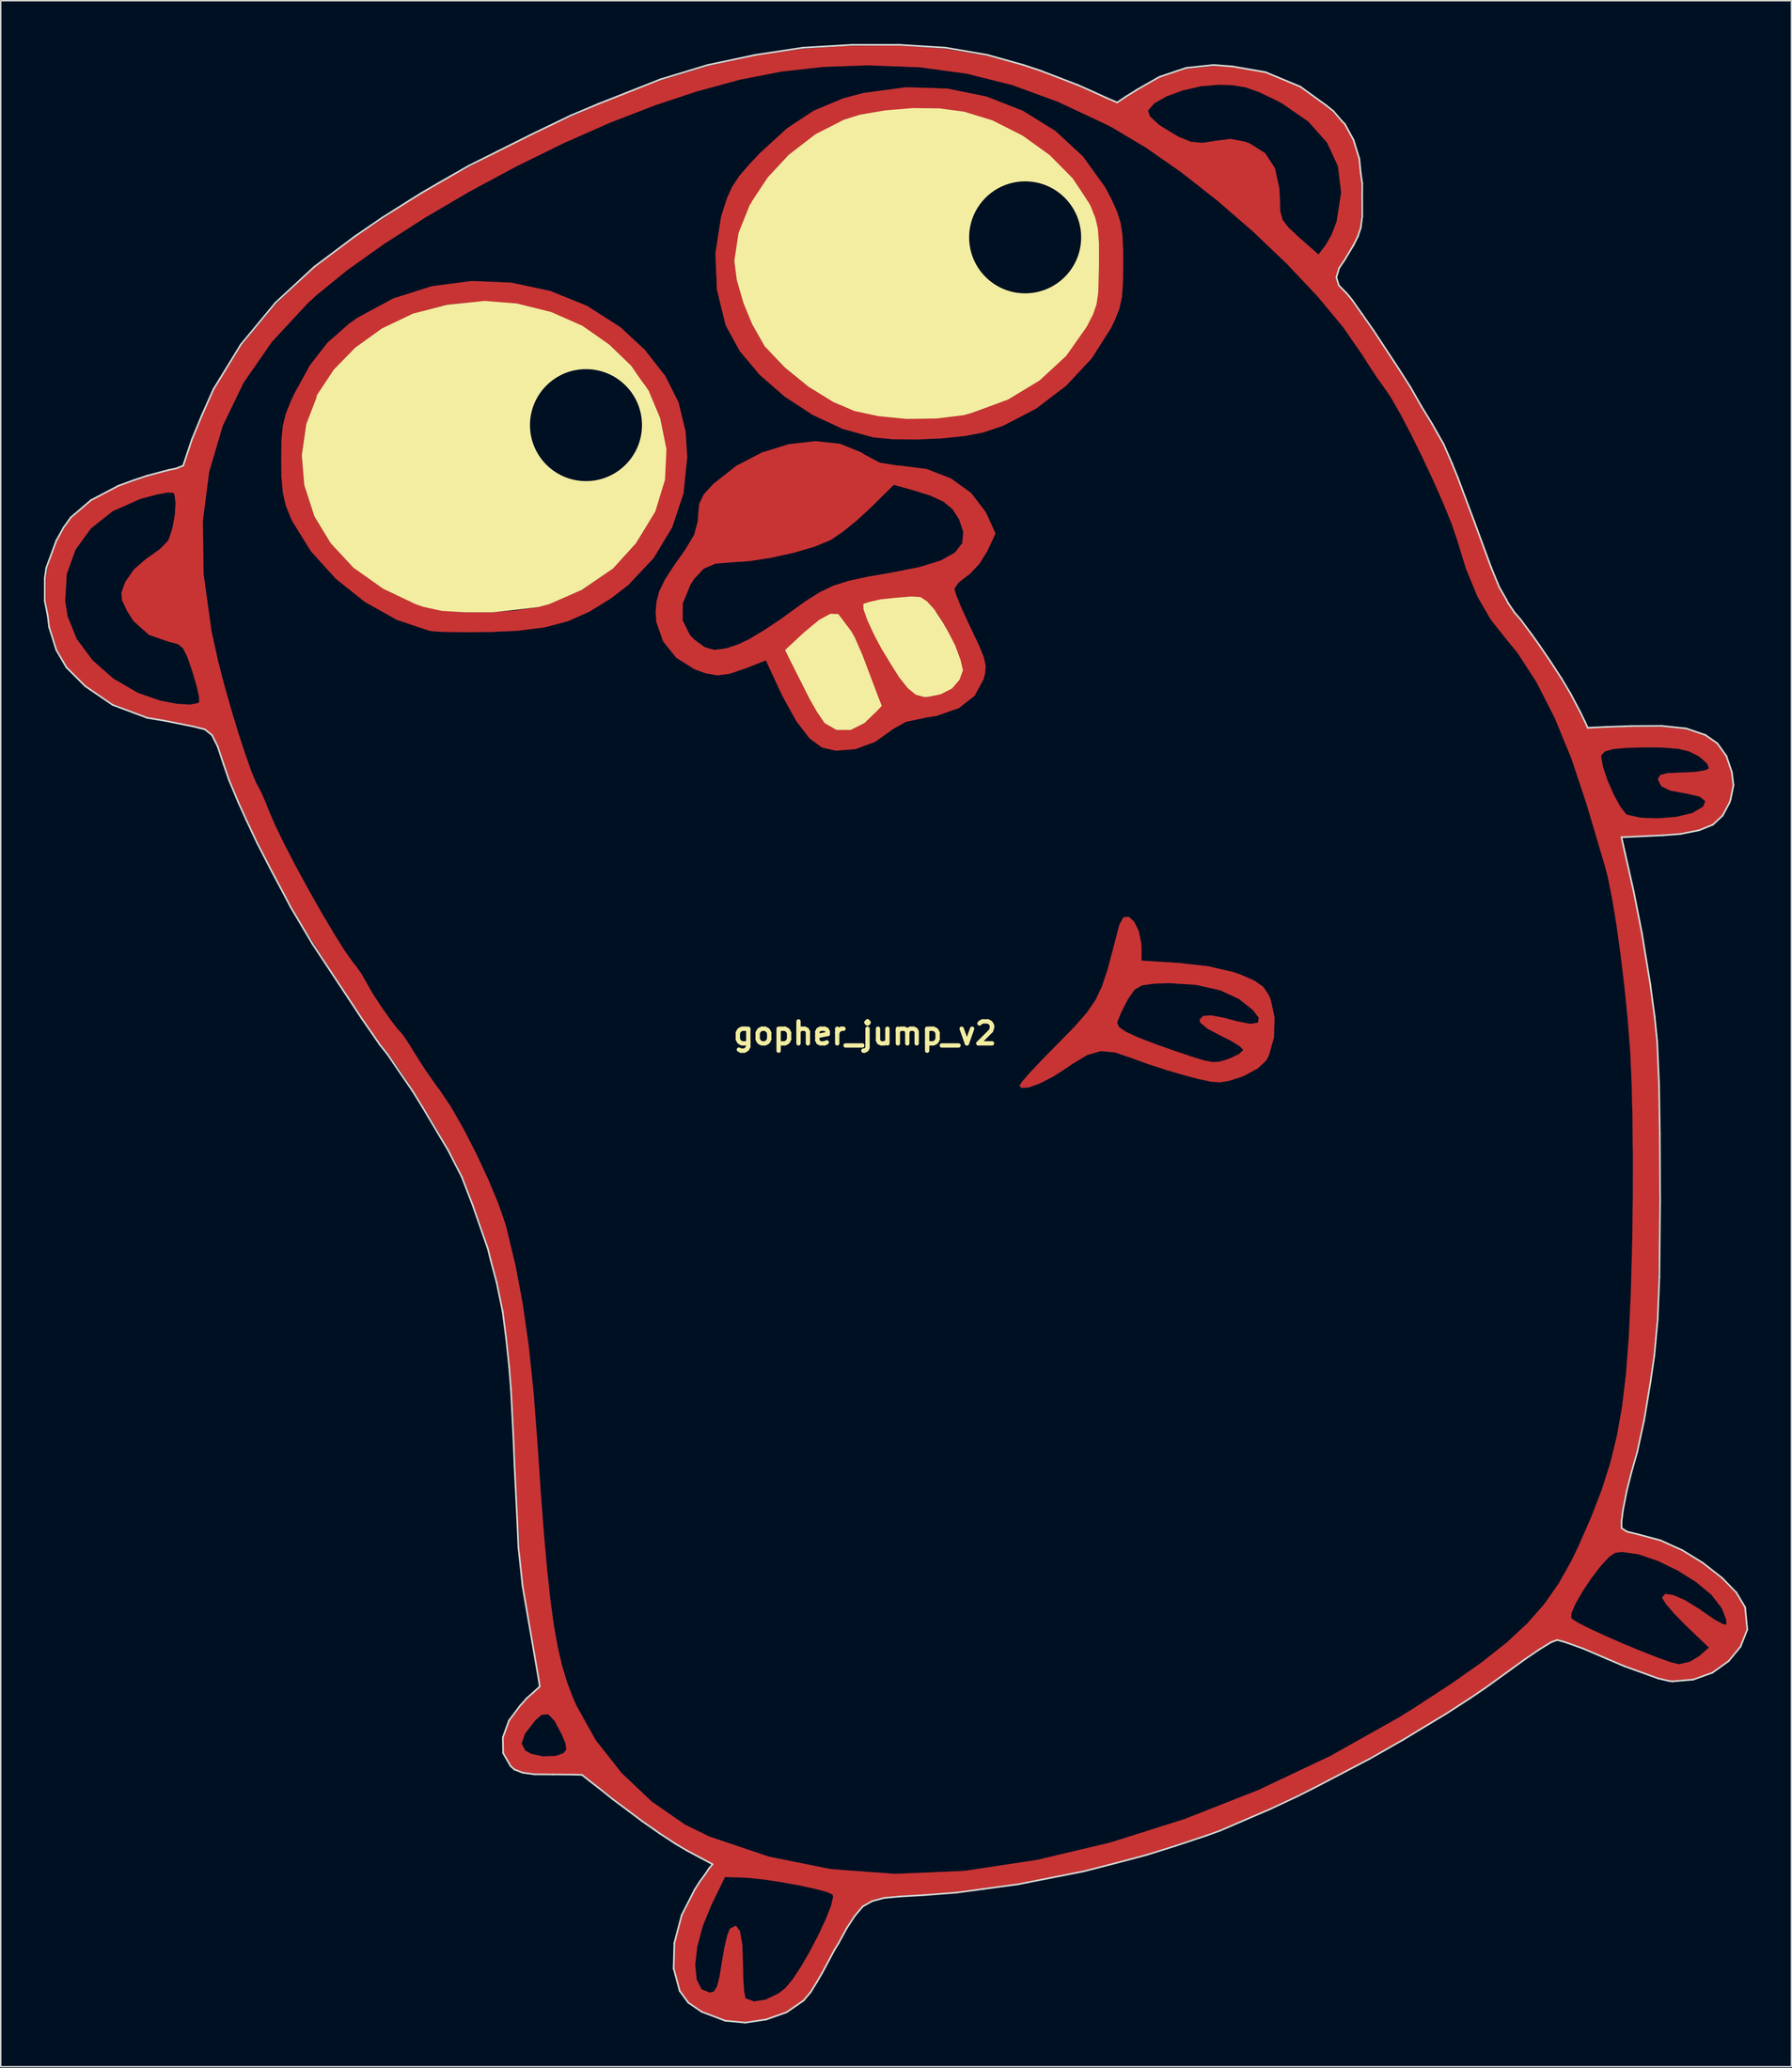
<source format=kicad_pcb>
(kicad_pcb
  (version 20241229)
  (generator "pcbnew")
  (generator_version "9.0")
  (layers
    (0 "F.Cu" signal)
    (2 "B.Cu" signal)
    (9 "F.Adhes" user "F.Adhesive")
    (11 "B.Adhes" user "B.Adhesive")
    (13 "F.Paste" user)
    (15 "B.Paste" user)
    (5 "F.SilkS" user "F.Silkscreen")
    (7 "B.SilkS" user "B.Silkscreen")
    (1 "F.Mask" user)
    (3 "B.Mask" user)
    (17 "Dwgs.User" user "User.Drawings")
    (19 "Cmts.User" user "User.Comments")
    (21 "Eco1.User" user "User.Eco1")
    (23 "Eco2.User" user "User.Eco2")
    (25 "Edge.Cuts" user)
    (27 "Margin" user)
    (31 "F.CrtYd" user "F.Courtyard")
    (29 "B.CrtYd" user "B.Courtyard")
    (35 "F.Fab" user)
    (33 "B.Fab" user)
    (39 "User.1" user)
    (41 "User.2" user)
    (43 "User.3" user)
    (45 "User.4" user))
  (footprint "gopher_jump_v2"
    (layer "F.Cu")
    (at 56.96 68.66)
    (property "Reference" "gopher_jump_v2" (at 0 0 0) (layer "F.SilkS") (effects (font (size 1.524 1.524) (thickness 0.3))))
    (attr through_hole)
    (fp_poly (pts (xy -24.525 -52.094) (xy -21.831 -51.517) (xy -19.287 -50.486) (xy -16.977 -49.012) (xy -15.269 -47.429) (xy -13.857 -45.621) (xy -12.936 -43.792) (xy -12.449 -41.792) (xy -12.331 -39.998) (xy -12.589 -37.474) (xy -13.374 -35.122) (xy -14.66 -32.987) (xy -16.423 -31.115) (xy -17.624 -30.189) (xy -19.131 -29.261) (xy -20.612 -28.605) (xy -22.219 -28.18) (xy -24.104 -27.942) (xy -25.964 -27.858) (xy -27.383 -27.84) (xy -28.649 -27.849) (xy -29.628 -27.88) (xy -30.181 -27.932) (xy -30.186 -27.933) (xy -32.473 -28.699) (xy -34.69 -29.941) (xy -36.719 -31.561) (xy -38.439 -33.462) (xy -39.731 -35.548) (xy -39.833 -35.764) (xy -40.179 -36.64) (xy -40.383 -37.527) (xy -40.477 -38.626) (xy -40.497 -39.852) (xy -40.491 -40.177) (xy -39.068 -40.177) (xy -38.892 -38.032) (xy -38.204 -35.9) (xy -37.056 -34.008) (xy -35.443 -32.313) (xy -33.45 -30.885) (xy -31.164 -29.795) (xy -30.621 -29.605) (xy -29.387 -29.347) (xy -27.789 -29.22) (xy -26.014 -29.22) (xy -24.249 -29.344) (xy -22.678 -29.588) (xy -21.923 -29.784) (xy -19.55 -30.817) (xy -17.491 -32.274) (xy -15.81 -34.098) (xy -14.572 -36.233) (xy -14.533 -36.324) (xy -13.906 -38.443) (xy -13.801 -40.548) (xy -14.175 -42.589) (xy -14.989 -44.515) (xy -16.198 -46.274) (xy -17.763 -47.816) (xy -19.641 -49.09) (xy -21.791 -50.045) (xy -24.171 -50.631) (xy -26.388 -50.8) (xy -28.971 -50.575) (xy -31.348 -49.935) (xy -33.481 -48.93) (xy -35.328 -47.609) (xy -36.85 -46.023) (xy -38.007 -44.222) (xy -38.76 -42.256) (xy -39.068 -40.177) (xy -40.491 -40.177) (xy -40.474 -41.197) (xy -40.381 -42.178) (xy -40.173 -43.011) (xy -39.807 -43.916) (xy -39.593 -44.377) (xy -38.507 -46.359) (xy -37.292 -47.922) (xy -35.809 -49.231) (xy -35.173 -49.68) (xy -32.695 -51.01) (xy -30.04 -51.85) (xy -27.289 -52.208) (xy -24.525 -52.094)) (stroke (width 0.01) (type solid)) (fill yes) (layer "F.Cu"))
    (fp_poly (pts (xy 5.713 -65.562) (xy 8.434 -65.009) (xy 10.953 -64.021) (xy 13.206 -62.625) (xy 15.131 -60.846) (xy 16.667 -58.712) (xy 17.074 -57.943) (xy 17.481 -57.045) (xy 17.732 -56.27) (xy 17.864 -55.42) (xy 17.914 -54.301) (xy 17.919 -53.428) (xy 17.902 -52.06) (xy 17.825 -51.082) (xy 17.653 -50.301) (xy 17.347 -49.522) (xy 17.074 -48.953) (xy 15.733 -46.843) (xy 13.958 -44.944) (xy 11.869 -43.353) (xy 9.585 -42.167) (xy 8.207 -41.701) (xy 6.931 -41.458) (xy 5.313 -41.293) (xy 3.573 -41.215) (xy 1.93 -41.235) (xy 0.602 -41.361) (xy 0.564 -41.367) (xy -1.538 -41.949) (xy -3.621 -42.92) (xy -5.577 -44.199) (xy -7.3 -45.703) (xy -8.683 -47.352) (xy -9.62 -49.063) (xy -9.686 -49.237) (xy -10.268 -51.622) (xy -10.347 -53.574) (xy -9.026 -53.574) (xy -8.864 -52.272) (xy -8.43 -50.741) (xy -7.804 -49.205) (xy -7.067 -47.889) (xy -6.927 -47.691) (xy -5.631 -46.264) (xy -3.977 -44.93) (xy -2.17 -43.834) (xy -0.713 -43.216) (xy 0.968 -42.838) (xy 2.946 -42.661) (xy 4.988 -42.69) (xy 6.861 -42.929) (xy 7.424 -43.061) (xy 9.914 -43.99) (xy 12.117 -45.335) (xy 13.957 -47.038) (xy 15.362 -49.043) (xy 15.4 -49.114) (xy 15.793 -49.907) (xy 16.037 -50.611) (xy 16.166 -51.409) (xy 16.217 -52.487) (xy 16.224 -53.428) (xy 16.204 -54.835) (xy 16.121 -55.842) (xy 15.943 -56.631) (xy 15.641 -57.384) (xy 15.537 -57.6) (xy 14.399 -59.333) (xy 12.818 -60.926) (xy 10.91 -62.293) (xy 8.793 -63.348) (xy 6.792 -63.964) (xy 5.183 -64.167) (xy 3.307 -64.181) (xy 1.382 -64.023) (xy -0.375 -63.709) (xy -1.465 -63.374) (xy -3.471 -62.343) (xy -5.271 -60.953) (xy -6.797 -59.295) (xy -7.978 -57.459) (xy -8.744 -55.538) (xy -9.026 -53.62) (xy -9.026 -53.574) (xy -10.347 -53.574) (xy -10.37 -54.14) (xy -9.987 -56.608) (xy -9.902 -56.916) (xy -9.568 -57.949) (xy -9.204 -58.758) (xy -8.704 -59.508) (xy -7.963 -60.367) (xy -7.253 -61.112) (xy -5.398 -62.81) (xy -3.535 -64.036) (xy -1.507 -64.882) (xy -0.093 -65.257) (xy 2.849 -65.653) (xy 5.713 -65.562)) (stroke (width 0.01) (type solid)) (fill yes) (layer "F.Cu"))
    (fp_poly (pts (xy 18.675 -7.76) (xy 18.995 -7.11) (xy 19.175 -6.232) (xy 19.191 -5.868) (xy 19.191 -5.049) (xy 21.802 -4.886) (xy 23.831 -4.656) (xy 25.562 -4.255) (xy 26.062 -4.082) (xy 27.04 -3.653) (xy 27.634 -3.229) (xy 28.011 -2.674) (xy 28.138 -2.386) (xy 28.419 -1.119) (xy 28.376 0.276) (xy 28.027 1.526) (xy 27.845 1.866) (xy 27.269 2.415) (xy 26.35 2.918) (xy 25.982 3.06) (xy 25.247 3.292) (xy 24.652 3.39) (xy 24.012 3.348) (xy 23.14 3.159) (xy 22.318 2.943) (xy 21.024 2.57) (xy 19.728 2.153) (xy 18.695 1.779) (xy 18.632 1.754) (xy 17.372 1.32) (xy 16.37 1.225) (xy 15.424 1.494) (xy 14.332 2.154) (xy 14.075 2.338) (xy 13.095 2.975) (xy 12.158 3.457) (xy 11.376 3.742) (xy 10.864 3.786) (xy 10.724 3.621) (xy 10.917 3.336) (xy 11.443 2.734) (xy 12.227 1.899) (xy 13.192 0.913) (xy 13.368 0.738) (xy 14.547 -0.465) (xy 14.756 -0.704) (xy 17.502 -0.704) (xy 17.643 -0.428) (xy 18.112 -0.107) (xy 18.969 0.288) (xy 20.271 0.785) (xy 21.449 1.198) (xy 22.688 1.619) (xy 23.527 1.876) (xy 24.104 1.987) (xy 24.555 1.97) (xy 25.016 1.845) (xy 25.358 1.723) (xy 25.962 1.434) (xy 26.244 1.158) (xy 26.247 1.136) (xy 26.009 0.886) (xy 25.391 0.507) (xy 24.669 0.147) (xy 23.772 -0.33) (xy 23.279 -0.737) (xy 23.216 -0.944) (xy 23.461 -1.207) (xy 24.005 -1.252) (xy 24.932 -1.078) (xy 25.744 -0.856) (xy 26.742 -0.657) (xy 27.272 -0.749) (xy 27.329 -1.09) (xy 26.907 -1.639) (xy 26.001 -2.353) (xy 25.93 -2.401) (xy 24.652 -2.995) (xy 22.988 -3.369) (xy 21.086 -3.495) (xy 20.045 -3.454) (xy 19.221 -3.336) (xy 18.707 -3.039) (xy 18.264 -2.404) (xy 18.145 -2.19) (xy 17.759 -1.42) (xy 17.53 -0.841) (xy 17.502 -0.704) (xy 14.756 -0.704) (xy 15.394 -1.431) (xy 15.997 -2.31) (xy 16.446 -3.253) (xy 16.831 -4.412) (xy 17.176 -5.693) (xy 17.415 -6.615) (xy 17.618 -7.402) (xy 17.648 -7.518) (xy 17.925 -8.046) (xy 18.293 -8.099) (xy 18.675 -7.76)) (stroke (width 0.01) (type solid)) (fill yes) (layer "F.Cu"))
    (fp_poly (pts (xy -1.72 -40.911) (xy -0.256 -40.316) (xy -0.025 -40.162) (xy 1.037 -39.598) (xy 2.257 -39.404) (xy 2.414 -39.401) (xy 4.288 -39.159) (xy 5.973 -38.506) (xy 7.363 -37.504) (xy 8.354 -36.211) (xy 8.479 -35.958) (xy 9.057 -34.691) (xy 8.486 -33.47) (xy 7.94 -32.591) (xy 7.27 -31.877) (xy 7.062 -31.727) (xy 6.489 -31.28) (xy 6.213 -30.873) (xy 6.209 -30.832) (xy 6.329 -30.419) (xy 6.652 -29.626) (xy 7.119 -28.593) (xy 7.376 -28.053) (xy 7.926 -26.891) (xy 8.246 -26.097) (xy 8.372 -25.521) (xy 8.34 -25.018) (xy 8.228 -24.575) (xy 7.606 -23.429) (xy 6.516 -22.578) (xy 4.99 -22.043) (xy 4.246 -21.92) (xy 2.844 -21.622) (xy 1.945 -21.127) (xy 1.904 -21.089) (xy 0.713 -20.236) (xy -0.658 -19.732) (xy -2.028 -19.623) (xy -2.986 -19.844) (xy -3.838 -20.472) (xy -4.749 -21.659) (xy -5.704 -23.386) (xy -5.928 -23.856) (xy -6.871 -25.889) (xy -8.236 -25.353) (xy -9.359 -24.966) (xy -10.221 -24.848) (xy -11.062 -24.994) (xy -11.833 -25.28) (xy -13.094 -26.075) (xy -13.512 -26.598) (xy -5.503 -26.598) (xy -4.374 -24.322) (xy -3.802 -23.221) (xy -3.262 -22.277) (xy -2.847 -21.647) (xy -2.752 -21.533) (xy -1.945 -21.07) (xy -0.989 -21.09) (xy -0.027 -21.576) (xy 0.309 -21.879) (xy 1.139 -22.738) (xy 0.61 -24.142) (xy -0.001 -25.74) (xy -0.452 -26.858) (xy -0.773 -27.565) (xy -0.996 -27.932) (xy -1.141 -28.028) (xy -1.402 -28.268) (xy -1.552 -28.611) (xy -1.856 -29.079) (xy -2.374 -29.104) (xy -3.145 -28.674) (xy -4.092 -27.886) (xy -5.503 -26.598) (xy -13.512 -26.598) (xy -14.002 -27.211) (xy -14.47 -28.562) (xy -14.477 -28.659) (xy -12.648 -28.659) (xy -12.144 -27.641) (xy -11.832 -27.324) (xy -11.121 -26.8) (xy -10.452 -26.605) (xy -9.629 -26.717) (xy -8.773 -26.997) (xy -8.026 -27.358) (xy -7 -27.971) (xy -5.861 -28.732) (xy -5.281 -29.151) (xy -4.382 -29.801) (xy -0.074 -29.801) (xy -0.071 -29.442) (xy 0.183 -28.716) (xy 0.63 -27.744) (xy 1.211 -26.647) (xy 1.865 -25.546) (xy 2.402 -24.743) (xy 3.03 -23.935) (xy 3.536 -23.514) (xy 4.082 -23.366) (xy 4.339 -23.356) (xy 5.283 -23.552) (xy 6.03 -23.961) (xy 6.548 -24.568) (xy 6.773 -25.199) (xy 6.773 -25.218) (xy 6.619 -25.963) (xy 6.219 -26.985) (xy 5.666 -28.093) (xy 5.05 -29.095) (xy 4.64 -29.625) (xy 4.23 -30.039) (xy 3.83 -30.253) (xy 3.263 -30.307) (xy 2.357 -30.24) (xy 2.039 -30.207) (xy 1.048 -30.077) (xy 0.286 -29.93) (xy -0.074 -29.801) (xy -4.382 -29.801) (xy -4.105 -30.001) (xy -3.126 -30.618) (xy -2.188 -31.063) (xy -1.14 -31.398) (xy 0.173 -31.684) (xy 1.773 -31.96) (xy 3.785 -32.357) (xy 5.266 -32.815) (xy 6.245 -33.36) (xy 6.756 -34.016) (xy 6.828 -34.806) (xy 6.541 -35.659) (xy 6.094 -36.366) (xy 5.461 -36.896) (xy 4.511 -37.333) (xy 3.326 -37.702) (xy 2.001 -38.068) (xy 0.353 -36.442) (xy -0.599 -35.569) (xy -1.57 -34.787) (xy -2.363 -34.253) (xy -2.426 -34.219) (xy -3.502 -33.777) (xy -4.936 -33.358) (xy -6.52 -33.007) (xy -8.046 -32.773) (xy -9.179 -32.699) (xy -10.363 -32.603) (xy -11.193 -32.248) (xy -11.856 -31.533) (xy -12.11 -31.135) (xy -12.639 -29.845) (xy -12.648 -28.659) (xy -14.477 -28.659) (xy -14.515 -29.198) (xy -14.456 -29.971) (xy -14.26 -30.692) (xy -13.868 -31.494) (xy -13.217 -32.505) (xy -12.491 -33.524) (xy -11.849 -34.587) (xy -11.589 -35.567) (xy -11.571 -35.948) (xy -11.492 -36.756) (xy -11.175 -37.406) (xy -10.513 -38.132) (xy -8.923 -39.384) (xy -7.139 -40.31) (xy -5.271 -40.887) (xy -3.428 -41.094) (xy -1.72 -40.911)) (stroke (width 0.01) (type solid)) (fill yes) (layer "F.Cu"))
    (fp_poly (pts (xy 5.563 -68.32) (xy 8.607 -67.805) (xy 11.577 -66.979) (xy 14.62 -65.815) (xy 15.174 -65.574) (xy 17.506 -64.54) (xy 18.813 -65.398) (xy 20.569 -66.375) (xy 22.296 -66.93) (xy 24.205 -67.117) (xy 25.265 -67.092) (xy 27.77 -66.679) (xy 30.065 -65.724) (xy 32.144 -64.23) (xy 32.372 -64.02) (xy 33.289 -63.024) (xy 33.901 -61.979) (xy 34.258 -60.738) (xy 34.413 -59.153) (xy 34.431 -58.141) (xy 34.419 -56.873) (xy 34.353 -56.004) (xy 34.187 -55.351) (xy 33.877 -54.728) (xy 33.425 -54.024) (xy 32.858 -53.091) (xy 32.654 -52.446) (xy 32.806 -51.934) (xy 33.31 -51.4) (xy 33.328 -51.384) (xy 33.624 -51.025) (xy 34.156 -50.294) (xy 34.848 -49.302) (xy 35.623 -48.162) (xy 36.405 -46.989) (xy 37.117 -45.895) (xy 37.684 -44.993) (xy 37.96 -44.523) (xy 38.587 -43.433) (xy 39.261 -42.319) (xy 39.554 -41.857) (xy 40.062 -40.92) (xy 40.722 -39.441) (xy 41.528 -37.437) (xy 42.472 -34.926) (xy 43.477 -32.122) (xy 43.965 -30.962) (xy 44.557 -29.867) (xy 45.023 -29.203) (xy 45.977 -27.994) (xy 47.035 -26.505) (xy 48.068 -24.932) (xy 48.943 -23.471) (xy 49.366 -22.676) (xy 50.108 -21.167) (xy 53.162 -21.27) (xy 55.294 -21.273) (xy 56.947 -21.101) (xy 58.189 -20.724) (xy 59.088 -20.112) (xy 59.711 -19.234) (xy 60.095 -18.182) (xy 60.217 -17.212) (xy 59.995 -16.209) (xy 59.923 -16.015) (xy 59.469 -15.153) (xy 58.817 -14.54) (xy 57.875 -14.133) (xy 56.546 -13.889) (xy 55.089 -13.777) (xy 52.464 -13.651) (xy 52.644 -12.737) (xy 52.8 -12.002) (xy 53.04 -10.923) (xy 53.316 -9.723) (xy 53.339 -9.627) (xy 53.572 -8.516) (xy 53.851 -7.006) (xy 54.146 -5.274) (xy 54.424 -3.5) (xy 54.489 -3.058) (xy 54.671 -1.744) (xy 54.815 -0.536) (xy 54.925 0.661) (xy 55.004 1.939) (xy 55.057 3.395) (xy 55.088 5.123) (xy 55.102 7.216) (xy 55.103 9.771) (xy 55.101 10.656) (xy 55.089 13.431) (xy 55.066 15.713) (xy 55.027 17.593) (xy 54.969 19.163) (xy 54.886 20.513) (xy 54.775 21.734) (xy 54.632 22.918) (xy 54.496 23.871) (xy 54.242 25.452) (xy 53.97 26.956) (xy 53.713 28.219) (xy 53.502 29.08) (xy 53.488 29.126) (xy 53.099 30.494) (xy 52.776 31.831) (xy 52.542 33.007) (xy 52.425 33.892) (xy 52.449 34.358) (xy 52.456 34.37) (xy 52.827 34.591) (xy 53.531 34.793) (xy 53.763 34.836) (xy 55.185 35.228) (xy 56.677 35.909) (xy 58.124 36.796) (xy 59.41 37.805) (xy 60.418 38.852) (xy 61.034 39.855) (xy 61.125 40.136) (xy 61.153 41.352) (xy 60.708 42.508) (xy 59.88 43.524) (xy 58.76 44.317) (xy 57.437 44.807) (xy 56.002 44.913) (xy 55.813 44.895) (xy 55.062 44.719) (xy 53.96 44.353) (xy 52.669 43.854) (xy 51.607 43.397) (xy 50.363 42.857) (xy 49.263 42.419) (xy 48.437 42.131) (xy 48.034 42.041) (xy 47.584 42.21) (xy 46.808 42.665) (xy 45.824 43.333) (xy 44.969 43.968) (xy 42.644 45.645) (xy 39.908 47.419) (xy 36.891 49.219) (xy 33.724 50.974) (xy 30.536 52.613) (xy 27.457 54.065) (xy 24.616 55.259) (xy 23.725 55.595) (xy 19.509 56.968) (xy 15.092 58.113) (xy 10.652 58.993) (xy 6.367 59.571) (xy 3.868 59.761) (xy 2.398 59.837) (xy 1.303 59.944) (xy 0.481 60.155) (xy -0.168 60.541) (xy -0.746 61.176) (xy -1.353 62.132) (xy -2.092 63.482) (xy -2.565 64.367) (xy -3.258 65.633) (xy -3.796 66.497) (xy -4.276 67.079) (xy -4.798 67.499) (xy -5.461 67.875) (xy -5.467 67.879) (xy -6.837 68.384) (xy -8.3 68.599) (xy -9.614 68.495) (xy -9.878 68.42) (xy -11.288 67.849) (xy -12.229 67.224) (xy -12.794 66.479) (xy -12.826 66.411) (xy -13.237 64.862) (xy -13.23 64.635) (xy -11.777 64.635) (xy -11.678 65.653) (xy -11.337 66.327) (xy -10.766 66.566) (xy -10.468 66.476) (xy -10.255 66.131) (xy -10.078 65.415) (xy -9.929 64.481) (xy -9.745 63.415) (xy -9.544 62.572) (xy -9.365 62.125) (xy -9.355 62.113) (xy -8.954 61.918) (xy -8.672 62.29) (xy -8.51 63.231) (xy -8.467 64.49) (xy -8.444 65.591) (xy -8.384 66.453) (xy -8.298 66.921) (xy -8.279 66.955) (xy -7.705 67.174) (xy -6.887 67.048) (xy -6.002 66.622) (xy -5.534 66.263) (xy -5.038 65.679) (xy -4.448 64.788) (xy -3.823 63.71) (xy -3.226 62.565) (xy -2.716 61.473) (xy -2.356 60.556) (xy -2.205 59.934) (xy -2.243 59.749) (xy -2.641 59.572) (xy -3.457 59.353) (xy -4.546 59.118) (xy -5.766 58.896) (xy -6.972 58.714) (xy -8.021 58.598) (xy -8.454 58.573) (xy -9.71 58.537) (xy -10.637 60.434) (xy -11.254 61.934) (xy -11.635 63.365) (xy -11.777 64.635) (xy -13.23 64.635) (xy -13.183 63.113) (xy -12.683 61.268) (xy -11.756 59.426) (xy -11.468 58.991) (xy -10.52 57.626) (xy -12.292 56.675) (xy -13.252 56.102) (xy -14.481 55.284) (xy -15.808 54.34) (xy -16.839 53.562) (xy -19.614 51.399) (xy -21.802 51.391) (xy -22.986 51.36) (xy -23.756 51.256) (xy -24.26 51.047) (xy -24.553 50.8) (xy -25.052 49.909) (xy -25.063 49.268) (xy -23.82 49.268) (xy -23.573 49.762) (xy -23.142 50.003) (xy -22.324 50.171) (xy -21.457 50.136) (xy -20.925 49.956) (xy -20.715 49.698) (xy -20.775 49.253) (xy -21.022 48.66) (xy -21.535 47.688) (xy -21.98 47.24) (xy -22.429 47.276) (xy -22.859 47.647) (xy -23.583 48.578) (xy -23.82 49.268) (xy -25.063 49.268) (xy -25.071 48.838) (xy -24.631 47.677) (xy -23.753 46.517) (xy -23.534 46.301) (xy -22.511 45.331) (xy -22.981 42.591) (xy -23.224 41.186) (xy -23.466 39.809) (xy -23.666 38.692) (xy -23.721 38.392) (xy -23.807 37.693) (xy -23.905 36.51) (xy -24.008 34.945) (xy -24.11 33.097) (xy -24.205 31.067) (xy -24.262 29.633) (xy -24.404 26.398) (xy -24.581 23.638) (xy -24.815 21.242) (xy -25.125 19.103) (xy -25.531 17.11) (xy -26.055 15.154) (xy -26.714 13.127) (xy -27.53 10.918) (xy -27.861 10.072) (xy -28.271 9.196) (xy -28.923 7.987) (xy -29.738 6.572) (xy -30.639 5.079) (xy -31.549 3.634) (xy -32.389 2.364) (xy -33.083 1.396) (xy -33.413 0.994) (xy -33.73 0.578) (xy -34.293 -0.228) (xy -35.036 -1.325) (xy -35.894 -2.616) (xy -36.802 -4.002) (xy -37.696 -5.384) (xy -38.511 -6.665) (xy -38.939 -7.353) (xy -39.828 -8.871) (xy -40.785 -10.634) (xy -41.749 -12.516) (xy -42.658 -14.391) (xy -43.453 -16.136) (xy -44.073 -17.625) (xy -44.443 -18.685) (xy -44.838 -19.908) (xy -45.241 -20.679) (xy -45.773 -21.12) (xy -46.554 -21.353) (xy -47.172 -21.44) (xy -49.841 -21.963) (xy -52.155 -22.854) (xy -54.07 -24.091) (xy -55.362 -25.414) (xy -56.048 -26.644) (xy -56.548 -28.229) (xy -56.818 -29.958) (xy -56.818 -30.012) (xy -55.492 -30.012) (xy -55.326 -28.947) (xy -54.691 -27.37) (xy -53.595 -25.895) (xy -52.143 -24.615) (xy -50.437 -23.625) (xy -48.896 -23.089) (xy -47.735 -22.868) (xy -46.814 -22.811) (xy -46.263 -22.923) (xy -46.183 -22.998) (xy -46.199 -23.369) (xy -46.369 -24.126) (xy -46.658 -25.106) (xy -46.66 -25.114) (xy -47.007 -26.123) (xy -47.297 -26.707) (xy -47.637 -27.003) (xy -48.131 -27.145) (xy -48.26 -27.167) (xy -49.669 -27.656) (xy -50.745 -28.613) (xy -51.201 -29.336) (xy -51.533 -30.052) (xy -51.584 -30.57) (xy -51.367 -31.195) (xy -51.284 -31.377) (xy -50.697 -32.213) (xy -49.843 -32.953) (xy -49.693 -33.048) (xy -48.943 -33.583) (xy -48.401 -34.131) (xy -48.292 -34.305) (xy -48.039 -35.073) (xy -47.957 -35.534) (xy -45.942 -35.534) (xy -45.886 -31.866) (xy -45.339 -27.927) (xy -44.881 -25.838) (xy -44.467 -24.236) (xy -43.994 -22.559) (xy -43.497 -20.92) (xy -43.015 -19.434) (xy -42.582 -18.213) (xy -42.236 -17.371) (xy -42.079 -17.088) (xy -41.851 -16.651) (xy -41.526 -15.889) (xy -41.365 -15.474) (xy -40.933 -14.463) (xy -40.291 -13.142) (xy -39.502 -11.621) (xy -38.628 -10.013) (xy -37.732 -8.429) (xy -36.876 -6.982) (xy -36.124 -5.782) (xy -35.537 -4.943) (xy -35.348 -4.717) (xy -34.969 -4.191) (xy -34.546 -3.45) (xy -34.522 -3.403) (xy -34.129 -2.721) (xy -33.561 -1.854) (xy -32.947 -0.983) (xy -32.414 -0.291) (xy -32.145 0) (xy -31.911 0.313) (xy -31.496 0.959) (xy -31.191 1.46) (xy -30.513 2.52) (xy -29.751 3.609) (xy -29.501 3.941) (xy -28.737 5.074) (xy -27.869 6.593) (xy -26.974 8.336) (xy -26.134 10.137) (xy -25.429 11.833) (xy -24.937 13.259) (xy -24.88 13.463) (xy -24.253 16.077) (xy -23.74 18.786) (xy -23.324 21.716) (xy -22.985 24.992) (xy -22.733 28.32) (xy -22.496 31.8) (xy -22.271 34.759) (xy -22.048 37.258) (xy -21.82 39.361) (xy -21.576 41.128) (xy -21.307 42.623) (xy -21.005 43.907) (xy -20.66 45.043) (xy -20.263 46.092) (xy -20.045 46.598) (xy -18.68 49.043) (xy -16.892 51.315) (xy -14.794 53.303) (xy -12.497 54.897) (xy -10.807 55.728) (xy -6.65 57.129) (xy -2.37 57.991) (xy 2.075 58.321) (xy 6.728 58.123) (xy 7.096 58.086) (xy 11.97 57.347) (xy 17.03 56.146) (xy 22.172 54.519) (xy 27.293 52.505) (xy 32.289 50.141) (xy 37.054 47.466) (xy 38.104 46.812) (xy 40.672 45.138) (xy 42.794 43.644) (xy 44.535 42.266) (xy 45.962 40.939) (xy 46.263 40.596) (xy 49.008 40.596) (xy 49.43 40.87) (xy 50.255 41.29) (xy 51.353 41.798) (xy 52.597 42.342) (xy 53.858 42.867) (xy 55.007 43.317) (xy 55.916 43.638) (xy 56.457 43.775) (xy 56.484 43.777) (xy 57.243 43.6) (xy 57.895 43.205) (xy 58.561 42.617) (xy 56.938 41.058) (xy 56.17 40.276) (xy 55.598 39.61) (xy 55.325 39.182) (xy 55.316 39.133) (xy 55.525 38.894) (xy 56.091 38.975) (xy 56.92 39.342) (xy 57.92 39.962) (xy 58.234 40.187) (xy 58.985 40.699) (xy 59.55 40.998) (xy 59.776 41.028) (xy 59.764 40.685) (xy 59.524 40.048) (xy 59.417 39.831) (xy 58.739 38.956) (xy 57.685 38.077) (xy 56.395 37.266) (xy 55.013 36.597) (xy 53.68 36.143) (xy 52.539 35.978) (xy 52.058 36.033) (xy 51.621 36.33) (xy 51.041 36.961) (xy 50.404 37.795) (xy 49.796 38.705) (xy 49.304 39.561) (xy 49.013 40.235) (xy 49.008 40.596) (xy 46.263 40.596) (xy 47.14 39.597) (xy 48.135 38.176) (xy 49.014 36.611) (xy 49.514 35.572) (xy 50.391 33.573) (xy 51.116 31.693) (xy 51.705 29.846) (xy 52.173 27.945) (xy 52.536 25.901) (xy 52.808 23.629) (xy 53.006 21.041) (xy 53.143 18.05) (xy 53.237 14.569) (xy 53.242 14.306) (xy 53.281 11.4) (xy 53.285 8.519) (xy 53.257 5.798) (xy 53.197 3.372) (xy 53.108 1.377) (xy 53.095 1.168) (xy 52.927 -0.984) (xy 52.7 -3.245) (xy 52.43 -5.492) (xy 52.135 -7.601) (xy 51.83 -9.447) (xy 51.533 -10.908) (xy 51.37 -11.532) (xy 51.186 -12.149) (xy 50.881 -13.18) (xy 50.495 -14.482) (xy 50.073 -15.911) (xy 49.034 -19.041) (xy 48.971 -19.195) (xy 51.082 -19.195) (xy 51.205 -18.492) (xy 51.519 -17.564) (xy 51.942 -16.592) (xy 52.393 -15.757) (xy 52.79 -15.241) (xy 52.894 -15.173) (xy 53.808 -14.967) (xy 55.014 -14.92) (xy 56.266 -15.021) (xy 57.313 -15.263) (xy 57.466 -15.323) (xy 58.163 -15.74) (xy 58.308 -16.124) (xy 57.914 -16.438) (xy 56.994 -16.648) (xy 56.986 -16.649) (xy 55.885 -16.851) (xy 55.263 -17.149) (xy 55.038 -17.586) (xy 55.033 -17.68) (xy 55.181 -17.929) (xy 55.688 -18.061) (xy 56.654 -18.101) (xy 56.71 -18.101) (xy 57.634 -18.146) (xy 58.312 -18.262) (xy 58.558 -18.389) (xy 58.454 -18.705) (xy 57.983 -19.139) (xy 57.799 -19.263) (xy 57.181 -19.572) (xy 56.43 -19.755) (xy 55.387 -19.838) (xy 54.421 -19.852) (xy 52.929 -19.826) (xy 51.927 -19.737) (xy 51.341 -19.572) (xy 51.099 -19.315) (xy 51.082 -19.195) (xy 48.971 -19.195) (xy 47.866 -21.885) (xy 46.608 -24.359) (xy 45.301 -26.38) (xy 44.571 -27.273) (xy 43.428 -28.715) (xy 42.499 -30.318) (xy 41.712 -32.23) (xy 41.072 -34.305) (xy 40.724 -35.331) (xy 40.169 -36.705) (xy 39.47 -38.293) (xy 38.689 -39.963) (xy 37.891 -41.582) (xy 37.137 -43.018) (xy 36.492 -44.137) (xy 36.144 -44.655) (xy 35.503 -45.556) (xy 34.811 -46.609) (xy 34.566 -47.005) (xy 33.191 -48.997) (xy 31.399 -51.155) (xy 29.285 -53.396) (xy 26.941 -55.634) (xy 24.461 -57.785) (xy 21.938 -59.765) (xy 19.465 -61.49) (xy 17.137 -62.875) (xy 16.792 -63.055) (xy 14.694 -64.039) (xy 19.637 -64.039) (xy 19.769 -63.635) (xy 20.34 -63.1) (xy 20.624 -62.902) (xy 21.742 -62.226) (xy 22.608 -61.872) (xy 23.404 -61.792) (xy 24.294 -61.932) (xy 25.36 -62.069) (xy 26.344 -61.882) (xy 26.705 -61.75) (xy 27.77 -61.079) (xy 28.447 -60.037) (xy 28.759 -58.583) (xy 28.787 -57.866) (xy 28.817 -57.033) (xy 28.979 -56.454) (xy 29.374 -55.926) (xy 30.107 -55.245) (xy 30.127 -55.227) (xy 31.468 -54.047) (xy 31.959 -54.686) (xy 32.381 -55.421) (xy 32.724 -56.316) (xy 32.733 -56.347) (xy 33.046 -58.353) (xy 32.822 -60.179) (xy 32.065 -61.819) (xy 30.776 -63.27) (xy 28.959 -64.527) (xy 28.533 -64.754) (xy 27.339 -65.326) (xy 26.398 -65.655) (xy 25.482 -65.804) (xy 24.548 -65.835) (xy 23.311 -65.728) (xy 22.054 -65.44) (xy 20.926 -65.026) (xy 20.07 -64.539) (xy 19.637 -64.039) (xy 14.694 -64.039) (xy 13.405 -64.644) (xy 10.215 -65.812) (xy 7.069 -66.599) (xy 3.815 -67.042) (xy 0.3 -67.178) (xy 0.141 -67.178) (xy -2.894 -67.069) (xy -5.774 -66.749) (xy -8.659 -66.187) (xy -11.713 -65.353) (xy -14.534 -64.416) (xy -17.636 -63.22) (xy -20.878 -61.789) (xy -24.165 -60.176) (xy -27.407 -58.434) (xy -30.509 -56.616) (xy -33.378 -54.775) (xy -35.921 -52.965) (xy -38.045 -51.237) (xy -38.664 -50.669) (xy -41.148 -47.99) (xy -43.111 -45.161) (xy -44.561 -42.158) (xy -45.503 -38.957) (xy -45.942 -35.534) (xy -47.957 -35.534) (xy -47.877 -35.98) (xy -47.826 -36.823) (xy -47.904 -37.402) (xy -47.989 -37.523) (xy -48.385 -37.535) (xy -49.16 -37.392) (xy -50.158 -37.125) (xy -50.318 -37.076) (xy -52.201 -36.236) (xy -53.699 -35.047) (xy -54.772 -33.572) (xy -55.383 -31.872) (xy -55.492 -30.012) (xy -56.818 -30.012) (xy -56.819 -31.622) (xy -56.726 -32.262) (xy -56.124 -34.144) (xy -55.118 -35.704) (xy -53.677 -36.971) (xy -51.768 -37.976) (xy -49.831 -38.626) (xy -47.309 -39.315) (xy -46.521 -41.583) (xy -45.151 -44.707) (xy -43.268 -47.72) (xy -40.92 -50.559) (xy -38.158 -53.167) (xy -35.337 -55.279) (xy -33.563 -56.46) (xy -32.141 -57.392) (xy -30.952 -58.147) (xy -29.875 -58.797) (xy -28.791 -59.412) (xy -27.58 -60.064) (xy -26.121 -60.825) (xy -25.541 -61.125) (xy -21.446 -63.149) (xy -17.688 -64.808) (xy -14.183 -66.129) (xy -10.847 -67.136) (xy -7.598 -67.855) (xy -4.351 -68.312) (xy -1.34 -68.521) (xy 2.296 -68.549) (xy 5.563 -68.32)) (stroke (width 0.01) (type solid)) (fill yes) (layer "F.Cu"))
    (fp_poly (pts (xy -22 47.27) (xy -21.56 47.71) (xy -21.31 48.15) (xy -21.04 48.67) (xy -20.88 49.04) (xy -20.79 49.26) (xy -20.72 49.7) (xy -20.93 49.95) (xy -21.15 50.02) (xy -21.45 50.12) (xy -21.91 50.14) (xy -22.17 50.15) (xy -22.32 50.16) (xy -22.92 50.04) (xy -23.14 49.99) (xy -23.56 49.76) (xy -23.81 49.27) (xy -23.57 48.58) (xy -23.36 48.3) (xy -23.02 47.87) (xy -22.85 47.66) (xy -22.42 47.29)) (stroke (width 0.1) (type solid)) (fill yes) (layer "F.Mask"))
    (fp_poly (pts (xy 25.5 -65.78) (xy 26.41 -65.62) (xy 27.37 -65.28) (xy 28.07 -64.95) (xy 28.92 -64.52) (xy 30.73 -63.27) (xy 32.06 -61.78) (xy 32.78 -60.16) (xy 33.02 -58.32) (xy 32.7 -56.3) (xy 32.47 -55.71) (xy 32.36 -55.42) (xy 31.94 -54.7) (xy 31.44 -54.08) (xy 30.3 -55.11) (xy 29.41 -55.93) (xy 29 -56.47) (xy 28.84 -57.04) (xy 28.78 -58.58) (xy 28.47 -60.06) (xy 27.77 -61.13) (xy 26.71 -61.76) (xy 26.33 -61.91) (xy 25.38 -62.1) (xy 24.32 -61.97) (xy 23.41 -61.82) (xy 22.62 -61.91) (xy 21.79 -62.25) (xy 20.57 -63) (xy 19.85 -63.62) (xy 19.67 -64.01) (xy 20.11 -64.53) (xy 20.9 -64.97) (xy 21.99 -65.38) (xy 22.69 -65.54) (xy 23.28 -65.67) (xy 24.11 -65.76) (xy 24.55 -65.79)) (stroke (width 0.1) (type solid)) (fill yes) (layer "F.Mask"))
    (fp_poly (pts (xy 51.32 -19.52) (xy 51.92 -19.69) (xy 52.87 -19.78) (xy 53.93 -19.8) (xy 54.62 -19.82) (xy 55.49 -19.8) (xy 56.44 -19.73) (xy 57.16 -19.56) (xy 57.54 -19.37) (xy 57.81 -19.24) (xy 58.01 -19.08) (xy 58.43 -18.71) (xy 58.53 -18.4) (xy 58.3 -18.28) (xy 57.62 -18.17) (xy 56.12 -18.1) (xy 55.69 -18.08) (xy 55.17 -17.94) (xy 55.02 -17.68) (xy 55.03 -17.58) (xy 55.25 -17.14) (xy 55.87 -16.84) (xy 56.12 -16.79) (xy 56.99 -16.63) (xy 57.92 -16.42) (xy 58.29 -16.12) (xy 58.15 -15.74) (xy 57.46 -15.33) (xy 57.3 -15.27) (xy 56.26 -15.03) (xy 55 -14.94) (xy 53.81 -14.99) (xy 52.92 -15.19) (xy 52.8 -15.24) (xy 52.42 -15.74) (xy 52.08 -16.35) (xy 51.53 -17.59) (xy 51.23 -18.48) (xy 51.11 -19.19) (xy 51.13 -19.3)) (stroke (width 0.1) (type solid)) (fill yes) (layer "F.Mask"))
    (fp_poly (pts (xy -11.19 -32.19) (xy -10.34 -32.58) (xy -8.14 -32.72) (xy -6.74 -32.92) (xy -3.94 -33.6) (xy -2.39 -34.19) (xy -0.86 -35.3) (xy 0.26 -36.32) (xy 1.2 -37.24) (xy 2.01 -38.04) (xy 2.84 -37.81) (xy 3.45 -37.65) (xy 4.55 -37.3) (xy 5.46 -36.87) (xy 6.09 -36.34) (xy 6.49 -35.66) (xy 6.81 -34.78) (xy 6.73 -34.03) (xy 6.22 -33.38) (xy 5.21 -32.83) (xy 4.24 -32.53) (xy 3.78 -32.38) (xy 2.56 -32.15) (xy 1.46 -31.93) (xy -0.25 -31.64) (xy -1.23 -31.43) (xy -2.26 -31.08) (xy -3.17 -30.63) (xy -4.19 -29.98) (xy -5.17 -29.27) (xy -5.95 -28.69) (xy -6.76 -28.16) (xy -7.21 -27.86) (xy -8.03 -27.38) (xy -8.78 -27.01) (xy -9.64 -26.73) (xy -10.46 -26.62) (xy -11.12 -26.82) (xy -11.82 -27.33) (xy -12.13 -27.65) (xy -12.63 -28.67) (xy -12.62 -29.82) (xy -12.06 -31.17) (xy -11.44 -31.93)) (stroke (width 0.1) (type solid)) (fill yes) (layer "F.Mask"))
    (fp_poly (pts (xy -50.33 -37.04) (xy -49.73 -37.21) (xy -49.08 -37.38) (xy -48.38 -37.51) (xy -48 -37.5) (xy -47.92 -37.38) (xy -47.84 -36.83) (xy -47.9 -35.97) (xy -48.05 -35.1) (xy -48.32 -34.31) (xy -48.44 -34.13) (xy -48.97 -33.6) (xy -49.59 -33.15) (xy -50.71 -32.23) (xy -51.01 -31.79) (xy -51.3 -31.38) (xy -51.39 -31.16) (xy -51.46 -30.96) (xy -51.6 -30.57) (xy -51.55 -30.01) (xy -51.28 -29.41) (xy -50.91 -28.81) (xy -50.78 -28.6) (xy -49.7 -27.63) (xy -48.26 -27.13) (xy -47.63 -26.97) (xy -47.32 -26.68) (xy -47.02 -26.11) (xy -46.77 -25.29) (xy -46.47 -24.35) (xy -46.28 -23.58) (xy -46.23 -23.34) (xy -46.21 -23.01) (xy -46.27 -22.93) (xy -46.82 -22.82) (xy -47.19 -22.85) (xy -47.74 -22.88) (xy -48.9 -23.12) (xy -50.43 -23.67) (xy -52.11 -24.65) (xy -53.57 -25.93) (xy -54.68 -27.39) (xy -55.3 -28.97) (xy -55.48 -30.02) (xy -55.36 -31.86) (xy -54.74 -33.57) (xy -53.7 -35.01) (xy -52.2 -36.2) (xy -50.75 -36.85)) (stroke (width 0.1) (type solid)) (fill yes) (layer "F.Mask"))
    (fp_poly (pts (xy 52.07 36.09) (xy 52.54 36.03) (xy 53.68 36.18) (xy 55.04 36.66) (xy 56.45 37.33) (xy 57.62 38.1) (xy 58.78 39.05) (xy 59.42 39.88) (xy 59.73 40.69) (xy 59.74 41) (xy 59.54 40.98) (xy 59.09 40.74) (xy 59 40.69) (xy 58.51 40.35) (xy 57.95 39.95) (xy 56.92 39.32) (xy 56.1 38.94) (xy 55.53 38.87) (xy 55.5 38.89) (xy 55.29 39.12) (xy 55.32 39.21) (xy 55.59 39.63) (xy 56.04 40.15) (xy 56.33 40.47) (xy 56.72 40.86) (xy 57.23 41.37) (xy 57.81 41.92) (xy 58.53 42.62) (xy 57.88 43.19) (xy 57.21 43.58) (xy 56.48 43.76) (xy 55.91 43.61) (xy 54.84 43.23) (xy 53.78 42.81) (xy 52.33 42.19) (xy 51.45 41.8) (xy 50.32 41.29) (xy 49.7 40.98) (xy 49.43 40.85) (xy 49.02 40.59) (xy 49.03 40.23) (xy 49.32 39.57) (xy 49.84 38.69) (xy 50.25 38.05) (xy 50.91 37.16) (xy 51.05 36.98) (xy 51.61 36.37) (xy 51.63 36.34) (xy 51.99 36.11)) (stroke (width 0.1) (type solid)) (fill yes) (layer "F.Mask"))
    (fp_poly (pts (xy -9.64 58.59) (xy -8.12 58.62) (xy -6.97 58.74) (xy -5.73 58.93) (xy -3.47 59.37) (xy -2.63 59.59) (xy -2.25 59.76) (xy -2.22 59.94) (xy -2.36 60.51) (xy -2.71 61.41) (xy -3.03 62.1) (xy -3.83 63.67) (xy -4.52 64.84) (xy -5.05 65.66) (xy -5.55 66.25) (xy -6.01 66.61) (xy -6.51 66.85) (xy -6.9 67.03) (xy -7.72 67.13) (xy -8.26 66.94) (xy -8.29 66.91) (xy -8.37 66.44) (xy -8.41 65.81) (xy -8.43 65.59) (xy -8.45 64.89) (xy -8.45 64.72) (xy -8.45 64.63) (xy -8.47 64.11) (xy -8.48 63.79) (xy -8.49 63.59) (xy -8.5 63.29) (xy -8.5 63.23) (xy -8.66 62.28) (xy -8.94 61.9) (xy -8.96 61.9) (xy -9.38 62.11) (xy -9.56 62.57) (xy -9.76 63.41) (xy -9.98 64.68) (xy -10.09 65.41) (xy -10.27 66.13) (xy -10.48 66.47) (xy -10.77 66.55) (xy -11.33 66.31) (xy -11.66 65.64) (xy -11.76 64.63) (xy -11.62 63.38) (xy -11.23 61.92) (xy -10.72 60.69) (xy -10.15 59.48) (xy -9.71 58.58)) (stroke (width 0.1) (type solid)) (fill yes) (layer "F.Mask"))
    (fp_poly (pts (xy 18.71 -3.01) (xy 19.2 -3.3) (xy 20.03 -3.42) (xy 21.07 -3.46) (xy 22.51 -3.37) (xy 23 -3.35) (xy 24.65 -2.97) (xy 25.91 -2.39) (xy 26.89 -1.62) (xy 27.31 -1.08) (xy 27.26 -0.76) (xy 26.74 -0.67) (xy 25.78 -0.87) (xy 24.97 -1.09) (xy 24.86 -1.11) (xy 24.31 -1.22) (xy 24.02 -1.27) (xy 23.45 -1.22) (xy 23.2 -0.95) (xy 23.27 -0.72) (xy 23.48 -0.56) (xy 23.77 -0.32) (xy 23.87 -0.27) (xy 24.03 -0.18) (xy 24.18 -0.1) (xy 24.39 0.01) (xy 24.63 0.14) (xy 24.83 0.24) (xy 25.11 0.38) (xy 25.39 0.53) (xy 25.99 0.89) (xy 26.23 1.14) (xy 26.23 1.16) (xy 25.95 1.43) (xy 25.34 1.71) (xy 24.96 1.84) (xy 24.55 1.95) (xy 24.12 1.97) (xy 23.71 1.9) (xy 23.53 1.86) (xy 23.01 1.7) (xy 21.78 1.29) (xy 21.06 1.04) (xy 20 0.66) (xy 19.04 0.29) (xy 18.27 -0.05) (xy 18.12 -0.12) (xy 17.66 -0.44) (xy 17.52 -0.71) (xy 17.54 -0.85) (xy 17.76 -1.39) (xy 18.26 -2.36) (xy 18.63 -2.88)) (stroke (width 0.1) (type solid)) (fill yes) (layer "F.Mask"))
    (fp_circle (center -19.353 -42.21) (end -15.55 -41.16) (stroke (width 0.12) (type solid)) (fill no) (layer "F.SilkS"))
    (fp_circle (center 11.117 -55.24) (end 14.92 -54.19) (stroke (width 0.12) (type solid)) (fill no) (layer "F.SilkS"))
    (fp_poly (pts (xy -2.37 -29.07) (xy -1.87 -29.05) (xy -0.99 -27.88) (xy -0.74 -27.44) (xy -0.22 -26.24) (xy 0.41 -24.58) (xy 0.91 -23.25) (xy 1.11 -22.74) (xy 0.78 -22.39) (xy -0.06 -21.58) (xy -1 -21.11) (xy -1.96 -21.11) (xy -2.76 -21.57) (xy -3.27 -22.32) (xy -3.58 -22.86) (xy -3.78 -23.21) (xy -4.82 -25.27) (xy -5.48 -26.59) (xy -4.8 -27.22) (xy -4.44 -27.56) (xy -4.32 -27.67) (xy -4.08 -27.88) (xy -3.54 -28.33) (xy -3.14 -28.66) (xy -2.4 -29.06)) (stroke (width 0.1) (type solid)) (fill yes) (layer "F.SilkS"))
    (fp_poly (pts (xy -0.06 -29.77) (xy 0.27 -29.88) (xy 1.09 -30.07) (xy 2.13 -30.18) (xy 3.22 -30.27) (xy 3.84 -30.23) (xy 4.27 -29.95) (xy 4.77 -29.4) (xy 5.35 -28.51) (xy 5.69 -27.93) (xy 6.21 -26.92) (xy 6.59 -25.9) (xy 6.75 -25.2) (xy 6.52 -24.57) (xy 6.02 -23.98) (xy 5.25 -23.58) (xy 4.35 -23.4) (xy 4.1 -23.4) (xy 3.55 -23.55) (xy 3.03 -23.97) (xy 2.41 -24.75) (xy 1.83 -25.67) (xy 1.16 -26.78) (xy 0.66 -27.73) (xy 0.21 -28.71) (xy -0.05 -29.44)) (stroke (width 0.1) (type solid)) (fill yes) (layer "F.SilkS"))
    (fp_poly (pts (xy -26.39 -50.78) (xy -24.15 -50.6) (xy -21.78 -50.01) (xy -19.63 -49.06) (xy -17.78 -47.77) (xy -16.25 -46.29) (xy -15.59 -45.33) (xy -15.27 -44.9) (xy -15.01 -44.51) (xy -15.42 -44.48) (xy -15.97 -44.44) (xy -16.06 -44.44) (xy -16.32 -44.83) (xy -16.84 -45.33) (xy -17.45 -45.74) (xy -17.99 -45.97) (xy -18.38 -46.09) (xy -19 -46.19) (xy -19.76 -46.19) (xy -20.27 -46.1) (xy -20.88 -45.91) (xy -21.38 -45.65) (xy -21.9 -45.29) (xy -22.26 -44.94) (xy -22.69 -44.42) (xy -38 -44.23) (xy -36.81 -46.03) (xy -35.33 -47.55) (xy -33.48 -48.88) (xy -31.34 -49.9) (xy -28.99 -50.51) (xy -26.46 -50.77)) (stroke (width 0.1) (type solid)) (fill yes) (layer "F.SilkS"))
    (fp_poly (pts (xy 5.17 -64.14) (xy 6.88 -63.91) (xy 8.83 -63.31) (xy 10.91 -62.26) (xy 12.8 -60.9) (xy 14.37 -59.31) (xy 15.03 -58.32) (xy 15.5 -57.6) (xy 15.63 -57.36) (xy 15.86 -56.76) (xy 15.93 -56.6) (xy 16.03 -56.19) (xy 15 -56.19) (xy 14.74 -56.96) (xy 14.27 -57.73) (xy 13.79 -58.22) (xy 13.05 -58.75) (xy 12.46 -59) (xy 11.74 -59.19) (xy 11.11 -59.24) (xy 10.4 -59.16) (xy 9.62 -58.95) (xy 8.98 -58.63) (xy 8.32 -58.09) (xy 8.01 -57.74) (xy 7.67 -57.27) (xy 7.48 -56.91) (xy 7.37 -56.61) (xy -7.92 -57.48) (xy -7.76 -57.77) (xy -6.71 -59.36) (xy -5.25 -60.93) (xy -3.41 -62.35) (xy -1.43 -63.36) (xy -0.34 -63.7) (xy 1.41 -64) (xy 3.32 -64.16)) (stroke (width 0.1) (type solid)) (fill yes) (layer "F.SilkS"))
    (fp_poly (pts (xy -15.01 -44.48) (xy -14.25 -42.67) (xy -13.82 -40.54) (xy -13.92 -38.43) (xy -14.59 -36.24) (xy -15.91 -34.06) (xy -17.51 -32.3) (xy -19.65 -30.83) (xy -21.93 -29.83) (xy -22.65 -29.64) (xy -24.1 -29.46) (xy -25.84 -29.27) (xy -27.74 -29.27) (xy -29.35 -29.37) (xy -30.63 -29.65) (xy -31.15 -29.83) (xy -33.4 -30.9) (xy -35.46 -32.36) (xy -37.02 -34.04) (xy -38.15 -35.9) (xy -38.85 -38.06) (xy -39.02 -40.13) (xy -38.71 -42.27) (xy -37.95 -44.25) (xy -22.73 -44.4) (xy -23.14 -43.57) (xy -23.34 -42.64) (xy -23.37 -42.09) (xy -23.25 -41.2) (xy -22.93 -40.45) (xy -22.39 -39.6) (xy -21.62 -38.92) (xy -20.87 -38.5) (xy -20.1 -38.29) (xy -19.2 -38.21) (xy -18.34 -38.33) (xy -17.41 -38.71) (xy -17.15 -38.88) (xy -16.63 -39.27) (xy -16.04 -39.96) (xy -15.77 -40.43) (xy -15.46 -41.25) (xy -15.37 -42.36) (xy -15.46 -43.12) (xy -15.64 -43.63) (xy -15.93 -44.26) (xy -16.01 -44.41)) (stroke (width 0.1) (type solid)) (fill yes) (layer "F.SilkS"))
    (fp_poly (pts (xy 15.02 -56.15) (xy 16.04 -56.15) (xy 16.11 -55.84) (xy 16.19 -54.83) (xy 16.19 -53.14) (xy 16.14 -51.42) (xy 16.02 -50.6) (xy 15.78 -49.91) (xy 15.35 -49.07) (xy 13.93 -47.05) (xy 12.09 -45.35) (xy 9.91 -44.03) (xy 7.39 -43.1) (xy 6.84 -42.95) (xy 4.98 -42.72) (xy 2.9 -42.69) (xy 0.95 -42.88) (xy -0.72 -43.24) (xy -2.17 -43.86) (xy -3.89 -44.92) (xy -5.53 -46.25) (xy -6.92 -47.72) (xy -7.78 -49.24) (xy -8.39 -50.73) (xy -8.84 -52.29) (xy -9.01 -53.61) (xy -8.72 -55.53) (xy -7.94 -57.48) (xy 7.31 -56.6) (xy 7.35 -56.59) (xy 7.26 -56.32) (xy 7.12 -55.49) (xy 7.14 -54.83) (xy 7.24 -54.23) (xy 7.55 -53.41) (xy 8.06 -52.65) (xy 8.6 -52.13) (xy 9.06 -51.82) (xy 9.65 -51.53) (xy 10.33 -51.31) (xy 10.82 -51.25) (xy 11.45 -51.26) (xy 12.16 -51.38) (xy 12.88 -51.66) (xy 13.44 -51.99) (xy 14.07 -52.55) (xy 14.29 -52.81) (xy 14.57 -53.23) (xy 14.81 -53.73) (xy 15.02 -54.42) (xy 15.11 -55.13) (xy 15.07 -55.76) (xy 15 -56.15)) (stroke (width 0.1) (type solid)) (fill yes) (layer "F.SilkS"))
    (fp_line (start -56.9 -31.6) (end -56.8 -32.3) (stroke (width 0.12) (type solid)) (layer "Edge.Cuts"))
    (fp_line (start -56.9 -30.6) (end -56.9 -31.6) (stroke (width 0.12) (type solid)) (layer "Edge.Cuts"))
    (fp_line (start -56.9 -30) (end -56.9 -30.6) (stroke (width 0.12) (type solid)) (layer "Edge.Cuts"))
    (fp_line (start -56.8 -32.3) (end -56.1 -34.2) (stroke (width 0.12) (type solid)) (layer "Edge.Cuts"))
    (fp_line (start -56.7 -29) (end -56.9 -30) (stroke (width 0.12) (type solid)) (layer "Edge.Cuts"))
    (fp_line (start -56.6 -28.2) (end -56.7 -29) (stroke (width 0.12) (type solid)) (layer "Edge.Cuts"))
    (fp_line (start -56.1 -34.2) (end -55.6 -35.1) (stroke (width 0.12) (type solid)) (layer "Edge.Cuts"))
    (fp_line (start -56.1 -26.6) (end -56.6 -28.2) (stroke (width 0.12) (type solid)) (layer "Edge.Cuts"))
    (fp_line (start -55.6 -35.1) (end -55.1 -35.8) (stroke (width 0.12) (type solid)) (layer "Edge.Cuts"))
    (fp_line (start -55.4 -25.4) (end -56.1 -26.6) (stroke (width 0.12) (type solid)) (layer "Edge.Cuts"))
    (fp_line (start -55.1 -35.8) (end -53.7 -37) (stroke (width 0.12) (type solid)) (layer "Edge.Cuts"))
    (fp_line (start -54.1 -24.1) (end -55.4 -25.4) (stroke (width 0.12) (type solid)) (layer "Edge.Cuts"))
    (fp_line (start -53.7 -37) (end -51.8 -38) (stroke (width 0.12) (type solid)) (layer "Edge.Cuts"))
    (fp_line (start -52.2 -22.8) (end -54.1 -24.1) (stroke (width 0.12) (type solid)) (layer "Edge.Cuts"))
    (fp_line (start -51.8 -38) (end -50.7 -38.4) (stroke (width 0.12) (type solid)) (layer "Edge.Cuts"))
    (fp_line (start -50.7 -38.4) (end -49.8 -38.7) (stroke (width 0.12) (type solid)) (layer "Edge.Cuts"))
    (fp_line (start -49.8 -38.7) (end -48.3 -39.1) (stroke (width 0.12) (type solid)) (layer "Edge.Cuts"))
    (fp_line (start -49.8 -21.9) (end -52.2 -22.8) (stroke (width 0.12) (type solid)) (layer "Edge.Cuts"))
    (fp_line (start -48.6 -21.7) (end -49.8 -21.9) (stroke (width 0.12) (type solid)) (layer "Edge.Cuts"))
    (fp_line (start -48.3 -39.1) (end -47.8 -39.2) (stroke (width 0.12) (type solid)) (layer "Edge.Cuts"))
    (fp_line (start -47.8 -39.2) (end -47.3 -39.4) (stroke (width 0.12) (type solid)) (layer "Edge.Cuts"))
    (fp_line (start -47.3 -39.4) (end -46.7 -41.2) (stroke (width 0.12) (type solid)) (layer "Edge.Cuts"))
    (fp_line (start -46.7 -41.2) (end -46 -42.9) (stroke (width 0.12) (type solid)) (layer "Edge.Cuts"))
    (fp_line (start -46.6 -21.3) (end -48.6 -21.7) (stroke (width 0.12) (type solid)) (layer "Edge.Cuts"))
    (fp_line (start -46 -42.9) (end -45.2 -44.7) (stroke (width 0.12) (type solid)) (layer "Edge.Cuts"))
    (fp_line (start -45.8 -21.1) (end -46.6 -21.3) (stroke (width 0.12) (type solid)) (layer "Edge.Cuts"))
    (fp_line (start -45.3 -20.7) (end -45.8 -21.1) (stroke (width 0.12) (type solid)) (layer "Edge.Cuts"))
    (fp_line (start -45.2 -44.7) (end -43.3 -47.8) (stroke (width 0.12) (type solid)) (layer "Edge.Cuts"))
    (fp_line (start -44.9 -19.9) (end -45.3 -20.7) (stroke (width 0.12) (type solid)) (layer "Edge.Cuts"))
    (fp_line (start -44.49 -18.66) (end -44.9 -19.9) (stroke (width 0.12) (type solid)) (layer "Edge.Cuts"))
    (fp_line (start -44.11 -17.56) (end -44.49 -18.66) (stroke (width 0.12) (type solid)) (layer "Edge.Cuts"))
    (fp_line (start -43.47 -16.03) (end -44.11 -17.56) (stroke (width 0.12) (type solid)) (layer "Edge.Cuts"))
    (fp_line (start -43.3 -47.8) (end -40.9 -50.7) (stroke (width 0.12) (type solid)) (layer "Edge.Cuts"))
    (fp_line (start -42.89 -14.75) (end -43.47 -16.03) (stroke (width 0.12) (type solid)) (layer "Edge.Cuts"))
    (fp_line (start -42.16 -13.2) (end -42.89 -14.75) (stroke (width 0.12) (type solid)) (layer "Edge.Cuts"))
    (fp_line (start -41.16 -11.26) (end -42.16 -13.2) (stroke (width 0.12) (type solid)) (layer "Edge.Cuts"))
    (fp_line (start -40.9 -50.7) (end -38.2 -53.2) (stroke (width 0.12) (type solid)) (layer "Edge.Cuts"))
    (fp_line (start -40.21 -9.47) (end -41.16 -11.26) (stroke (width 0.12) (type solid)) (layer "Edge.Cuts"))
    (fp_line (start -39.85 -8.78) (end -40.21 -9.47) (stroke (width 0.12) (type solid)) (layer "Edge.Cuts"))
    (fp_line (start -38.34 -6.23) (end -39.85 -8.78) (stroke (width 0.12) (type solid)) (layer "Edge.Cuts"))
    (fp_line (start -38.2 -53.2) (end -35.4 -55.3) (stroke (width 0.12) (type solid)) (layer "Edge.Cuts"))
    (fp_line (start -35.85 -2.46) (end -38.34 -6.23) (stroke (width 0.12) (type solid)) (layer "Edge.Cuts"))
    (fp_line (start -35.4 -55.3) (end -33.5 -56.6) (stroke (width 0.12) (type solid)) (layer "Edge.Cuts"))
    (fp_line (start -34.9 -1.02) (end -35.85 -2.46) (stroke (width 0.12) (type solid)) (layer "Edge.Cuts"))
    (fp_line (start -34.2 -0.01) (end -34.9 -1.02) (stroke (width 0.12) (type solid)) (layer "Edge.Cuts"))
    (fp_line (start -33.65 0.79) (end -34.2 -0.01) (stroke (width 0.12) (type solid)) (layer "Edge.Cuts"))
    (fp_line (start -33.5 -56.6) (end -31.6 -57.8) (stroke (width 0.12) (type solid)) (layer "Edge.Cuts"))
    (fp_line (start -33.13 1.44) (end -33.65 0.79) (stroke (width 0.12) (type solid)) (layer "Edge.Cuts"))
    (fp_line (start -31.6 -57.8) (end -30.8 -58.3) (stroke (width 0.12) (type solid)) (layer "Edge.Cuts"))
    (fp_line (start -31.39 3.99) (end -33.13 1.44) (stroke (width 0.12) (type solid)) (layer "Edge.Cuts"))
    (fp_line (start -30.8 -58.3) (end -29.6 -59) (stroke (width 0.12) (type solid)) (layer "Edge.Cuts"))
    (fp_line (start -30.71 5.09) (end -31.39 3.99) (stroke (width 0.12) (type solid)) (layer "Edge.Cuts"))
    (fp_line (start -29.6 -59) (end -27.5 -60.2) (stroke (width 0.12) (type solid)) (layer "Edge.Cuts"))
    (fp_line (start -28.92 8.1) (end -30.71 5.09) (stroke (width 0.12) (type solid)) (layer "Edge.Cuts"))
    (fp_line (start -27.97 9.95) (end -28.92 8.1) (stroke (width 0.12) (type solid)) (layer "Edge.Cuts"))
    (fp_line (start -27.5 -60.2) (end -25.5 -61.2) (stroke (width 0.12) (type solid)) (layer "Edge.Cuts"))
    (fp_line (start -27.2 11.95) (end -27.97 9.95) (stroke (width 0.12) (type solid)) (layer "Edge.Cuts"))
    (fp_line (start -26.16 14.94) (end -27.2 11.95) (stroke (width 0.12) (type solid)) (layer "Edge.Cuts"))
    (fp_line (start -25.97 15.7) (end -26.16 14.94) (stroke (width 0.12) (type solid)) (layer "Edge.Cuts"))
    (fp_line (start -25.55 17.28) (end -25.97 15.7) (stroke (width 0.12) (type solid)) (layer "Edge.Cuts"))
    (fp_line (start -25.5 -61.2) (end -23.1 -62.4) (stroke (width 0.12) (type solid)) (layer "Edge.Cuts"))
    (fp_line (start -25.13 19.32) (end -25.55 17.28) (stroke (width 0.12) (type solid)) (layer "Edge.Cuts"))
    (fp_line (start -25.12 48.85) (end -24.69 47.67) (stroke (width 0.12) (type solid)) (layer "Edge.Cuts"))
    (fp_line (start -25.1 49.94) (end -25.12 48.85) (stroke (width 0.12) (type solid)) (layer "Edge.Cuts"))
    (fp_line (start -24.89 21.17) (end -25.13 19.32) (stroke (width 0.12) (type solid)) (layer "Edge.Cuts"))
    (fp_line (start -24.69 47.67) (end -23.91 46.63) (stroke (width 0.12) (type solid)) (layer "Edge.Cuts"))
    (fp_line (start -24.68 23.15) (end -24.89 21.17) (stroke (width 0.12) (type solid)) (layer "Edge.Cuts"))
    (fp_line (start -24.58 50.84) (end -25.1 49.94) (stroke (width 0.12) (type solid)) (layer "Edge.Cuts"))
    (fp_line (start -24.56 24.68) (end -24.68 23.15) (stroke (width 0.12) (type solid)) (layer "Edge.Cuts"))
    (fp_line (start -24.48 26.16) (end -24.56 24.68) (stroke (width 0.12) (type solid)) (layer "Edge.Cuts"))
    (fp_line (start -24.37 28.45) (end -24.48 26.16) (stroke (width 0.12) (type solid)) (layer "Edge.Cuts"))
    (fp_line (start -24.31 29.99) (end -24.37 28.45) (stroke (width 0.12) (type solid)) (layer "Edge.Cuts"))
    (fp_line (start -24.31 51.08) (end -24.58 50.84) (stroke (width 0.12) (type solid)) (layer "Edge.Cuts"))
    (fp_line (start -24.2 32.23) (end -24.31 29.99) (stroke (width 0.12) (type solid)) (layer "Edge.Cuts"))
    (fp_line (start -24.13 33.64) (end -24.2 32.23) (stroke (width 0.12) (type solid)) (layer "Edge.Cuts"))
    (fp_line (start -24.04 35.65) (end -24.13 33.64) (stroke (width 0.12) (type solid)) (layer "Edge.Cuts"))
    (fp_line (start -23.91 46.63) (end -23.78 46.49) (stroke (width 0.12) (type solid)) (layer "Edge.Cuts"))
    (fp_line (start -23.78 46.49) (end -23.47 46.14) (stroke (width 0.12) (type solid)) (layer "Edge.Cuts"))
    (fp_line (start -23.75 38.36) (end -24.04 35.65) (stroke (width 0.12) (type solid)) (layer "Edge.Cuts"))
    (fp_line (start -23.74 51.3) (end -24.31 51.08) (stroke (width 0.12) (type solid)) (layer "Edge.Cuts"))
    (fp_line (start -23.47 46.14) (end -23.03 45.75) (stroke (width 0.12) (type solid)) (layer "Edge.Cuts"))
    (fp_line (start -23.1 -62.4) (end -20.4 -63.7) (stroke (width 0.12) (type solid)) (layer "Edge.Cuts"))
    (fp_line (start -23.03 45.75) (end -22.56 45.32) (stroke (width 0.12) (type solid)) (layer "Edge.Cuts"))
    (fp_line (start -22.93 51.41) (end -23.74 51.3) (stroke (width 0.12) (type solid)) (layer "Edge.Cuts"))
    (fp_line (start -22.63 44.85) (end -23.75 38.36) (stroke (width 0.12) (type solid)) (layer "Edge.Cuts"))
    (fp_line (start -22.56 45.32) (end -22.63 44.85) (stroke (width 0.12) (type solid)) (layer "Edge.Cuts"))
    (fp_line (start -21.64 51.42) (end -22.93 51.41) (stroke (width 0.12) (type solid)) (layer "Edge.Cuts"))
    (fp_line (start -20.4 -63.7) (end -18.5 -64.5) (stroke (width 0.12) (type solid)) (layer "Edge.Cuts"))
    (fp_line (start -20.26 51.43) (end -21.64 51.42) (stroke (width 0.12) (type solid)) (layer "Edge.Cuts"))
    (fp_line (start -19.63 51.45) (end -20.26 51.43) (stroke (width 0.12) (type solid)) (layer "Edge.Cuts"))
    (fp_line (start -19.1 51.87) (end -19.63 51.45) (stroke (width 0.12) (type solid)) (layer "Edge.Cuts"))
    (fp_line (start -18.5 -64.5) (end -14.2 -66.2) (stroke (width 0.12) (type solid)) (layer "Edge.Cuts"))
    (fp_line (start -18.48 52.35) (end -19.1 51.87) (stroke (width 0.12) (type solid)) (layer "Edge.Cuts"))
    (fp_line (start -17.49 53.14) (end -18.48 52.35) (stroke (width 0.12) (type solid)) (layer "Edge.Cuts"))
    (fp_line (start -16.39 53.96) (end -17.49 53.14) (stroke (width 0.12) (type solid)) (layer "Edge.Cuts"))
    (fp_line (start -15.46 54.66) (end -16.39 53.96) (stroke (width 0.12) (type solid)) (layer "Edge.Cuts"))
    (fp_line (start -14.57 55.28) (end -15.46 54.66) (stroke (width 0.12) (type solid)) (layer "Edge.Cuts"))
    (fp_line (start -14.26 55.5) (end -14.57 55.28) (stroke (width 0.12) (type solid)) (layer "Edge.Cuts"))
    (fp_line (start -14.2 -66.2) (end -10.9 -67.2) (stroke (width 0.12) (type solid)) (layer "Edge.Cuts"))
    (fp_line (start -13.27 64.88) (end -13.22 63.11) (stroke (width 0.12) (type solid)) (layer "Edge.Cuts"))
    (fp_line (start -13.22 63.11) (end -12.71 61.18) (stroke (width 0.12) (type solid)) (layer "Edge.Cuts"))
    (fp_line (start -13.16 56.22) (end -14.26 55.5) (stroke (width 0.12) (type solid)) (layer "Edge.Cuts"))
    (fp_line (start -12.85 66.44) (end -13.27 64.88) (stroke (width 0.12) (type solid)) (layer "Edge.Cuts"))
    (fp_line (start -12.71 61.18) (end -11.81 59.41) (stroke (width 0.12) (type solid)) (layer "Edge.Cuts"))
    (fp_line (start -12.37 56.69) (end -13.16 56.22) (stroke (width 0.12) (type solid)) (layer "Edge.Cuts"))
    (fp_line (start -12.25 67.26) (end -12.85 66.44) (stroke (width 0.12) (type solid)) (layer "Edge.Cuts"))
    (fp_line (start -11.81 59.41) (end -11.46 58.86) (stroke (width 0.12) (type solid)) (layer "Edge.Cuts"))
    (fp_line (start -11.47 57.17) (end -12.37 56.69) (stroke (width 0.12) (type solid)) (layer "Edge.Cuts"))
    (fp_line (start -11.46 58.86) (end -11.08 58.34) (stroke (width 0.12) (type solid)) (layer "Edge.Cuts"))
    (fp_line (start -11.32 67.89) (end -12.25 67.26) (stroke (width 0.12) (type solid)) (layer "Edge.Cuts"))
    (fp_line (start -11.08 58.34) (end -10.82 57.95) (stroke (width 0.12) (type solid)) (layer "Edge.Cuts"))
    (fp_line (start -10.9 -67.2) (end -7.6 -67.9) (stroke (width 0.12) (type solid)) (layer "Edge.Cuts"))
    (fp_line (start -10.82 57.95) (end -10.57 57.65) (stroke (width 0.12) (type solid)) (layer "Edge.Cuts"))
    (fp_line (start -10.57 57.65) (end -11.47 57.17) (stroke (width 0.12) (type solid)) (layer "Edge.Cuts"))
    (fp_line (start -9.69 68.51) (end -11.32 67.89) (stroke (width 0.12) (type solid)) (layer "Edge.Cuts"))
    (fp_line (start -8.29 68.64) (end -9.69 68.51) (stroke (width 0.12) (type solid)) (layer "Edge.Cuts"))
    (fp_line (start -7.6 -67.9) (end -4.3 -68.4) (stroke (width 0.12) (type solid)) (layer "Edge.Cuts"))
    (fp_line (start -6.84 68.42) (end -8.29 68.64) (stroke (width 0.12) (type solid)) (layer "Edge.Cuts"))
    (fp_line (start -5.43 67.92) (end -6.84 68.42) (stroke (width 0.12) (type solid)) (layer "Edge.Cuts"))
    (fp_line (start -4.3 -68.4) (end -0.9 -68.6) (stroke (width 0.12) (type solid)) (layer "Edge.Cuts"))
    (fp_line (start -4.26 67.11) (end -5.43 67.92) (stroke (width 0.12) (type solid)) (layer "Edge.Cuts"))
    (fp_line (start -3.77 66.53) (end -4.26 67.11) (stroke (width 0.12) (type solid)) (layer "Edge.Cuts"))
    (fp_line (start -3.32 65.8) (end -3.77 66.53) (stroke (width 0.12) (type solid)) (layer "Edge.Cuts"))
    (fp_line (start -2.96 65.18) (end -3.32 65.8) (stroke (width 0.12) (type solid)) (layer "Edge.Cuts"))
    (fp_line (start -2.1 63.57) (end -2.96 65.18) (stroke (width 0.12) (type solid)) (layer "Edge.Cuts"))
    (fp_line (start -1.84 63.15) (end -2.1 63.57) (stroke (width 0.12) (type solid)) (layer "Edge.Cuts"))
    (fp_line (start -1.27 62.1) (end -1.84 63.15) (stroke (width 0.12) (type solid)) (layer "Edge.Cuts"))
    (fp_line (start -0.9 -68.6) (end 2.4 -68.6) (stroke (width 0.12) (type solid)) (layer "Edge.Cuts"))
    (fp_line (start -0.71 61.24) (end -1.27 62.1) (stroke (width 0.12) (type solid)) (layer "Edge.Cuts"))
    (fp_line (start -0.15 60.58) (end -0.71 61.24) (stroke (width 0.12) (type solid)) (layer "Edge.Cuts"))
    (fp_line (start 0.5 60.21) (end -0.15 60.58) (stroke (width 0.12) (type solid)) (layer "Edge.Cuts"))
    (fp_line (start 1.33 59.99) (end 0.5 60.21) (stroke (width 0.12) (type solid)) (layer "Edge.Cuts"))
    (fp_line (start 2.4 -68.6) (end 5.6 -68.4) (stroke (width 0.12) (type solid)) (layer "Edge.Cuts"))
    (fp_line (start 2.41 59.89) (end 1.33 59.99) (stroke (width 0.12) (type solid)) (layer "Edge.Cuts"))
    (fp_line (start 4.13 59.79) (end 2.41 59.89) (stroke (width 0.12) (type solid)) (layer "Edge.Cuts"))
    (fp_line (start 5.6 -68.4) (end 8.5 -67.9) (stroke (width 0.12) (type solid)) (layer "Edge.Cuts"))
    (fp_line (start 6.35 59.62) (end 4.13 59.79) (stroke (width 0.12) (type solid)) (layer "Edge.Cuts"))
    (fp_line (start 8.2 59.37) (end 6.35 59.62) (stroke (width 0.12) (type solid)) (layer "Edge.Cuts"))
    (fp_line (start 8.5 -67.9) (end 11 -67.2) (stroke (width 0.12) (type solid)) (layer "Edge.Cuts"))
    (fp_line (start 10.64 59.04) (end 8.2 59.37) (stroke (width 0.12) (type solid)) (layer "Edge.Cuts"))
    (fp_line (start 11 -67.2) (end 12.2 -66.8) (stroke (width 0.12) (type solid)) (layer "Edge.Cuts"))
    (fp_line (start 11.24 58.92) (end 10.64 59.04) (stroke (width 0.12) (type solid)) (layer "Edge.Cuts"))
    (fp_line (start 12.2 -66.8) (end 14.8 -65.8) (stroke (width 0.12) (type solid)) (layer "Edge.Cuts"))
    (fp_line (start 14.8 -65.8) (end 15.7 -65.4) (stroke (width 0.12) (type solid)) (layer "Edge.Cuts"))
    (fp_line (start 15.19 58.14) (end 11.24 58.92) (stroke (width 0.12) (type solid)) (layer "Edge.Cuts"))
    (fp_line (start 15.7 -65.4) (end 16.8 -64.9) (stroke (width 0.12) (type solid)) (layer "Edge.Cuts"))
    (fp_line (start 16.8 -64.9) (end 17.5 -64.6) (stroke (width 0.12) (type solid)) (layer "Edge.Cuts"))
    (fp_line (start 17.41 57.57) (end 15.19 58.14) (stroke (width 0.12) (type solid)) (layer "Edge.Cuts"))
    (fp_line (start 17.5 -64.6) (end 18.1 -65) (stroke (width 0.12) (type solid)) (layer "Edge.Cuts"))
    (fp_line (start 18.1 -65) (end 18.9 -65.5) (stroke (width 0.12) (type solid)) (layer "Edge.Cuts"))
    (fp_line (start 18.9 -65.5) (end 20.3 -66.3) (stroke (width 0.12) (type solid)) (layer "Edge.Cuts"))
    (fp_line (start 19.56 57) (end 17.41 57.57) (stroke (width 0.12) (type solid)) (layer "Edge.Cuts"))
    (fp_line (start 20.3 -66.3) (end 20.5 -66.4) (stroke (width 0.12) (type solid)) (layer "Edge.Cuts"))
    (fp_line (start 20.5 -66.4) (end 21.7 -66.8) (stroke (width 0.12) (type solid)) (layer "Edge.Cuts"))
    (fp_line (start 21.56 56.37) (end 19.56 57) (stroke (width 0.12) (type solid)) (layer "Edge.Cuts"))
    (fp_line (start 21.7 -66.8) (end 22.3 -67) (stroke (width 0.12) (type solid)) (layer "Edge.Cuts"))
    (fp_line (start 22.3 -67) (end 24.2 -67.2) (stroke (width 0.12) (type solid)) (layer "Edge.Cuts"))
    (fp_line (start 23.7 55.66) (end 21.56 56.37) (stroke (width 0.12) (type solid)) (layer "Edge.Cuts"))
    (fp_line (start 24.2 -67.2) (end 25.5 -67.1) (stroke (width 0.12) (type solid)) (layer "Edge.Cuts"))
    (fp_line (start 24.64 55.32) (end 23.7 55.66) (stroke (width 0.12) (type solid)) (layer "Edge.Cuts"))
    (fp_line (start 25.5 -67.1) (end 27.8 -66.7) (stroke (width 0.12) (type solid)) (layer "Edge.Cuts"))
    (fp_line (start 27.8 -66.7) (end 30.2 -65.7) (stroke (width 0.12) (type solid)) (layer "Edge.Cuts"))
    (fp_line (start 28.08 53.84) (end 24.64 55.32) (stroke (width 0.12) (type solid)) (layer "Edge.Cuts"))
    (fp_line (start 30.02 52.93) (end 28.08 53.84) (stroke (width 0.12) (type solid)) (layer "Edge.Cuts"))
    (fp_line (start 30.2 -65.7) (end 32 -64.4) (stroke (width 0.12) (type solid)) (layer "Edge.Cuts"))
    (fp_line (start 31.19 52.34) (end 30.02 52.93) (stroke (width 0.12) (type solid)) (layer "Edge.Cuts"))
    (fp_line (start 32 -64.4) (end 32.5 -64) (stroke (width 0.12) (type solid)) (layer "Edge.Cuts"))
    (fp_line (start 32.17 51.83) (end 31.19 52.34) (stroke (width 0.12) (type solid)) (layer "Edge.Cuts"))
    (fp_line (start 32.5 -64) (end 33.1 -63.3) (stroke (width 0.12) (type solid)) (layer "Edge.Cuts"))
    (fp_line (start 32.71 -52.46) (end 32.88 -51.91) (stroke (width 0.12) (type solid)) (layer "Edge.Cuts"))
    (fp_line (start 32.88 -51.91) (end 33.4 -51.38) (stroke (width 0.12) (type solid)) (layer "Edge.Cuts"))
    (fp_line (start 32.9 -53.1) (end 32.71 -52.46) (stroke (width 0.12) (type solid)) (layer "Edge.Cuts"))
    (fp_line (start 33.1 -63.3) (end 33.3 -63.1) (stroke (width 0.12) (type solid)) (layer "Edge.Cuts"))
    (fp_line (start 33.3 -63.1) (end 33.9 -62) (stroke (width 0.12) (type solid)) (layer "Edge.Cuts"))
    (fp_line (start 33.3 -53.7) (end 32.9 -53.1) (stroke (width 0.12) (type solid)) (layer "Edge.Cuts"))
    (fp_line (start 33.4 -51.38) (end 33.6 -51.15) (stroke (width 0.12) (type solid)) (layer "Edge.Cuts"))
    (fp_line (start 33.6 -51.15) (end 33.82 -50.87) (stroke (width 0.12) (type solid)) (layer "Edge.Cuts"))
    (fp_line (start 33.82 -50.87) (end 34.49 -49.92) (stroke (width 0.12) (type solid)) (layer "Edge.Cuts"))
    (fp_line (start 33.9 -62) (end 34.3 -60.7) (stroke (width 0.12) (type solid)) (layer "Edge.Cuts"))
    (fp_line (start 33.9 -54.7) (end 33.3 -53.7) (stroke (width 0.12) (type solid)) (layer "Edge.Cuts"))
    (fp_line (start 34.2 -55.3) (end 33.9 -54.7) (stroke (width 0.12) (type solid)) (layer "Edge.Cuts"))
    (fp_line (start 34.3 -60.7) (end 34.4 -59.7) (stroke (width 0.12) (type solid)) (layer "Edge.Cuts"))
    (fp_line (start 34.4 -59.7) (end 34.5 -59) (stroke (width 0.12) (type solid)) (layer "Edge.Cuts"))
    (fp_line (start 34.4 -55.9) (end 34.2 -55.3) (stroke (width 0.12) (type solid)) (layer "Edge.Cuts"))
    (fp_line (start 34.49 -49.92) (end 35.28 -48.79) (stroke (width 0.12) (type solid)) (layer "Edge.Cuts"))
    (fp_line (start 34.5 -59) (end 34.5 -56.7) (stroke (width 0.12) (type solid)) (layer "Edge.Cuts"))
    (fp_line (start 34.5 -56.7) (end 34.4 -55.9) (stroke (width 0.12) (type solid)) (layer "Edge.Cuts"))
    (fp_line (start 35.01 50.34) (end 32.17 51.83) (stroke (width 0.12) (type solid)) (layer "Edge.Cuts"))
    (fp_line (start 35.28 -48.79) (end 37.09 -46.04) (stroke (width 0.12) (type solid)) (layer "Edge.Cuts"))
    (fp_line (start 37.09 -46.04) (end 37.84 -44.86) (stroke (width 0.12) (type solid)) (layer "Edge.Cuts"))
    (fp_line (start 37.33 49.02) (end 35.01 50.34) (stroke (width 0.12) (type solid)) (layer "Edge.Cuts"))
    (fp_line (start 37.84 -44.86) (end 38.61 -43.51) (stroke (width 0.12) (type solid)) (layer "Edge.Cuts"))
    (fp_line (start 38.61 -43.51) (end 39.35 -42.3) (stroke (width 0.12) (type solid)) (layer "Edge.Cuts"))
    (fp_line (start 39.06 47.97) (end 37.33 49.02) (stroke (width 0.12) (type solid)) (layer "Edge.Cuts"))
    (fp_line (start 39.35 -42.3) (end 40.15 -40.89) (stroke (width 0.12) (type solid)) (layer "Edge.Cuts"))
    (fp_line (start 40.15 -40.89) (end 40.74 -39.54) (stroke (width 0.12) (type solid)) (layer "Edge.Cuts"))
    (fp_line (start 40.29 47.23) (end 39.06 47.97) (stroke (width 0.12) (type solid)) (layer "Edge.Cuts"))
    (fp_line (start 40.74 -39.54) (end 41.13 -38.58) (stroke (width 0.12) (type solid)) (layer "Edge.Cuts"))
    (fp_line (start 41.13 -38.58) (end 42.3 -35.46) (stroke (width 0.12) (type solid)) (layer "Edge.Cuts"))
    (fp_line (start 41.99 46.13) (end 40.29 47.23) (stroke (width 0.12) (type solid)) (layer "Edge.Cuts"))
    (fp_line (start 42.3 -35.46) (end 43.45 -32.33) (stroke (width 0.12) (type solid)) (layer "Edge.Cuts"))
    (fp_line (start 43.05 45.41) (end 41.99 46.13) (stroke (width 0.12) (type solid)) (layer "Edge.Cuts"))
    (fp_line (start 43.45 -32.33) (end 44.01 -30.97) (stroke (width 0.12) (type solid)) (layer "Edge.Cuts"))
    (fp_line (start 44.01 -30.97) (end 44.5 -30.11) (stroke (width 0.12) (type solid)) (layer "Edge.Cuts"))
    (fp_line (start 44.5 -30.11) (end 44.61 -29.89) (stroke (width 0.12) (type solid)) (layer "Edge.Cuts"))
    (fp_line (start 44.61 -29.89) (end 45.06 -29.22) (stroke (width 0.12) (type solid)) (layer "Edge.Cuts"))
    (fp_line (start 44.99 44.01) (end 43.05 45.41) (stroke (width 0.12) (type solid)) (layer "Edge.Cuts"))
    (fp_line (start 45.06 -29.22) (end 45.5 -28.71) (stroke (width 0.12) (type solid)) (layer "Edge.Cuts"))
    (fp_line (start 45.5 -28.71) (end 46.26 -27.69) (stroke (width 0.12) (type solid)) (layer "Edge.Cuts"))
    (fp_line (start 45.8 43.42) (end 44.99 44.01) (stroke (width 0.12) (type solid)) (layer "Edge.Cuts"))
    (fp_line (start 46.26 -27.69) (end 46.78 -26.96) (stroke (width 0.12) (type solid)) (layer "Edge.Cuts"))
    (fp_line (start 46.78 -26.96) (end 47.57 -25.8) (stroke (width 0.12) (type solid)) (layer "Edge.Cuts"))
    (fp_line (start 46.8 42.74) (end 45.8 43.42) (stroke (width 0.12) (type solid)) (layer "Edge.Cuts"))
    (fp_line (start 47.57 -25.8) (end 48.33 -24.63) (stroke (width 0.12) (type solid)) (layer "Edge.Cuts"))
    (fp_line (start 47.6 42.25) (end 46.8 42.74) (stroke (width 0.12) (type solid)) (layer "Edge.Cuts"))
    (fp_line (start 48.03 42.09) (end 47.6 42.25) (stroke (width 0.12) (type solid)) (layer "Edge.Cuts"))
    (fp_line (start 48.33 -24.63) (end 48.96 -23.57) (stroke (width 0.12) (type solid)) (layer "Edge.Cuts"))
    (fp_line (start 48.42 42.19) (end 48.03 42.09) (stroke (width 0.12) (type solid)) (layer "Edge.Cuts"))
    (fp_line (start 48.79 42.31) (end 48.42 42.19) (stroke (width 0.12) (type solid)) (layer "Edge.Cuts"))
    (fp_line (start 48.96 -23.57) (end 49.61 -22.34) (stroke (width 0.12) (type solid)) (layer "Edge.Cuts"))
    (fp_line (start 49.61 -22.34) (end 49.95 -21.64) (stroke (width 0.12) (type solid)) (layer "Edge.Cuts"))
    (fp_line (start 49.84 42.69) (end 48.79 42.31) (stroke (width 0.12) (type solid)) (layer "Edge.Cuts"))
    (fp_line (start 49.95 -21.64) (end 50.15 -21.21) (stroke (width 0.12) (type solid)) (layer "Edge.Cuts"))
    (fp_line (start 50.15 -21.21) (end 51.47 -21.27) (stroke (width 0.12) (type solid)) (layer "Edge.Cuts"))
    (fp_line (start 51.47 -21.27) (end 53.19 -21.33) (stroke (width 0.12) (type solid)) (layer "Edge.Cuts"))
    (fp_line (start 51.52 43.41) (end 49.84 42.69) (stroke (width 0.12) (type solid)) (layer "Edge.Cuts"))
    (fp_line (start 52.49 -13.62) (end 52.74 -12.5) (stroke (width 0.12) (type solid)) (layer "Edge.Cuts"))
    (fp_line (start 52.49 33.9) (end 52.5 34.33) (stroke (width 0.12) (type solid)) (layer "Edge.Cuts"))
    (fp_line (start 52.5 34.33) (end 52.87 34.57) (stroke (width 0.12) (type solid)) (layer "Edge.Cuts"))
    (fp_line (start 52.59 33.1) (end 52.49 33.9) (stroke (width 0.12) (type solid)) (layer "Edge.Cuts"))
    (fp_line (start 52.69 43.91) (end 51.52 43.41) (stroke (width 0.12) (type solid)) (layer "Edge.Cuts"))
    (fp_line (start 52.74 -12.5) (end 53.23 -10.33) (stroke (width 0.12) (type solid)) (layer "Edge.Cuts"))
    (fp_line (start 52.84 -13.63) (end 52.49 -13.62) (stroke (width 0.12) (type solid)) (layer "Edge.Cuts"))
    (fp_line (start 52.85 31.77) (end 52.59 33.1) (stroke (width 0.12) (type solid)) (layer "Edge.Cuts"))
    (fp_line (start 52.87 34.57) (end 53.65 34.76) (stroke (width 0.12) (type solid)) (layer "Edge.Cuts"))
    (fp_line (start 53.19 -21.33) (end 55.29 -21.34) (stroke (width 0.12) (type solid)) (layer "Edge.Cuts"))
    (fp_line (start 53.19 30.42) (end 52.85 31.77) (stroke (width 0.12) (type solid)) (layer "Edge.Cuts"))
    (fp_line (start 53.23 -10.33) (end 53.35 -9.8) (stroke (width 0.12) (type solid)) (layer "Edge.Cuts"))
    (fp_line (start 53.35 -9.8) (end 53.91 -6.95) (stroke (width 0.12) (type solid)) (layer "Edge.Cuts"))
    (fp_line (start 53.59 29.02) (end 53.19 30.42) (stroke (width 0.12) (type solid)) (layer "Edge.Cuts"))
    (fp_line (start 53.65 34.76) (end 55.21 35.18) (stroke (width 0.12) (type solid)) (layer "Edge.Cuts"))
    (fp_line (start 53.91 -6.95) (end 54.21 -5.11) (stroke (width 0.12) (type solid)) (layer "Edge.Cuts"))
    (fp_line (start 54.06 26.85) (end 53.59 29.02) (stroke (width 0.12) (type solid)) (layer "Edge.Cuts"))
    (fp_line (start 54.12 -13.69) (end 52.84 -13.63) (stroke (width 0.12) (type solid)) (layer "Edge.Cuts"))
    (fp_line (start 54.21 -5.11) (end 54.49 -3.42) (stroke (width 0.12) (type solid)) (layer "Edge.Cuts"))
    (fp_line (start 54.49 -3.42) (end 54.64 -2.28) (stroke (width 0.12) (type solid)) (layer "Edge.Cuts"))
    (fp_line (start 54.51 24.15) (end 54.06 26.85) (stroke (width 0.12) (type solid)) (layer "Edge.Cuts"))
    (fp_line (start 54.64 -2.28) (end 54.79 -1.19) (stroke (width 0.12) (type solid)) (layer "Edge.Cuts"))
    (fp_line (start 54.77 22.35) (end 54.51 24.15) (stroke (width 0.12) (type solid)) (layer "Edge.Cuts"))
    (fp_line (start 54.79 -1.19) (end 54.97 0.58) (stroke (width 0.12) (type solid)) (layer "Edge.Cuts"))
    (fp_line (start 54.97 0.58) (end 55.1 3.61) (stroke (width 0.12) (type solid)) (layer "Edge.Cuts"))
    (fp_line (start 55 19.87) (end 54.77 22.35) (stroke (width 0.12) (type solid)) (layer "Edge.Cuts"))
    (fp_line (start 55.05 44.76) (end 52.69 43.91) (stroke (width 0.12) (type solid)) (layer "Edge.Cuts"))
    (fp_line (start 55.1 3.61) (end 55.15 6.95) (stroke (width 0.12) (type solid)) (layer "Edge.Cuts"))
    (fp_line (start 55.12 16.9) (end 55 19.87) (stroke (width 0.12) (type solid)) (layer "Edge.Cuts"))
    (fp_line (start 55.15 6.95) (end 55.17 11.56) (stroke (width 0.12) (type solid)) (layer "Edge.Cuts"))
    (fp_line (start 55.17 11.56) (end 55.12 16.9) (stroke (width 0.12) (type solid)) (layer "Edge.Cuts"))
    (fp_line (start 55.21 35.18) (end 55.71 35.41) (stroke (width 0.12) (type solid)) (layer "Edge.Cuts"))
    (fp_line (start 55.29 -21.34) (end 56.99 -21.16) (stroke (width 0.12) (type solid)) (layer "Edge.Cuts"))
    (fp_line (start 55.4 -13.75) (end 54.12 -13.69) (stroke (width 0.12) (type solid)) (layer "Edge.Cuts"))
    (fp_line (start 55.71 35.41) (end 56.71 35.86) (stroke (width 0.12) (type solid)) (layer "Edge.Cuts"))
    (fp_line (start 55.82 44.94) (end 55.05 44.76) (stroke (width 0.12) (type solid)) (layer "Edge.Cuts"))
    (fp_line (start 56.03 44.96) (end 55.82 44.94) (stroke (width 0.12) (type solid)) (layer "Edge.Cuts"))
    (fp_line (start 56.58 -13.84) (end 55.4 -13.75) (stroke (width 0.12) (type solid)) (layer "Edge.Cuts"))
    (fp_line (start 56.71 35.86) (end 58.14 36.74) (stroke (width 0.12) (type solid)) (layer "Edge.Cuts"))
    (fp_line (start 56.99 -21.16) (end 58.31 -20.71) (stroke (width 0.12) (type solid)) (layer "Edge.Cuts"))
    (fp_line (start 57.46 44.84) (end 56.03 44.96) (stroke (width 0.12) (type solid)) (layer "Edge.Cuts"))
    (fp_line (start 57.89 -14.1) (end 56.58 -13.84) (stroke (width 0.12) (type solid)) (layer "Edge.Cuts"))
    (fp_line (start 58.14 36.74) (end 59.48 37.79) (stroke (width 0.12) (type solid)) (layer "Edge.Cuts"))
    (fp_line (start 58.31 -20.71) (end 59.14 -20.13) (stroke (width 0.12) (type solid)) (layer "Edge.Cuts"))
    (fp_line (start 58.8 44.36) (end 57.46 44.84) (stroke (width 0.12) (type solid)) (layer "Edge.Cuts"))
    (fp_line (start 58.84 -14.49) (end 57.89 -14.1) (stroke (width 0.12) (type solid)) (layer "Edge.Cuts"))
    (fp_line (start 59.14 -20.13) (end 59.77 -19.25) (stroke (width 0.12) (type solid)) (layer "Edge.Cuts"))
    (fp_line (start 59.48 37.79) (end 60.46 38.8) (stroke (width 0.12) (type solid)) (layer "Edge.Cuts"))
    (fp_line (start 59.51 -15.12) (end 58.84 -14.49) (stroke (width 0.12) (type solid)) (layer "Edge.Cuts"))
    (fp_line (start 59.77 -19.25) (end 60.15 -18.13) (stroke (width 0.12) (type solid)) (layer "Edge.Cuts"))
    (fp_line (start 59.93 43.55) (end 58.8 44.36) (stroke (width 0.12) (type solid)) (layer "Edge.Cuts"))
    (fp_line (start 59.98 -16) (end 59.51 -15.12) (stroke (width 0.12) (type solid)) (layer "Edge.Cuts"))
    (fp_line (start 60.06 -16.23) (end 59.98 -16) (stroke (width 0.12) (type solid)) (layer "Edge.Cuts"))
    (fp_line (start 60.15 -18.13) (end 60.26 -17.22) (stroke (width 0.12) (type solid)) (layer "Edge.Cuts"))
    (fp_line (start 60.26 -17.22) (end 60.06 -16.23) (stroke (width 0.12) (type solid)) (layer "Edge.Cuts"))
    (fp_line (start 60.46 38.8) (end 61.07 39.82) (stroke (width 0.12) (type solid)) (layer "Edge.Cuts"))
    (fp_line (start 60.75 42.55) (end 59.93 43.55) (stroke (width 0.12) (type solid)) (layer "Edge.Cuts"))
    (fp_line (start 61.07 39.82) (end 61.22 41.36) (stroke (width 0.12) (type solid)) (layer "Edge.Cuts"))
    (fp_line (start 61.22 41.36) (end 60.75 42.55) (stroke (width 0.12) (type solid)) (layer "Edge.Cuts")))
  (gr_rect
    (start -3 -3)
    (end 121.24 140.36)
    (stroke (width 0.1) (type default))
    (fill no)
    (layer "Edge.Cuts")))
</source>
